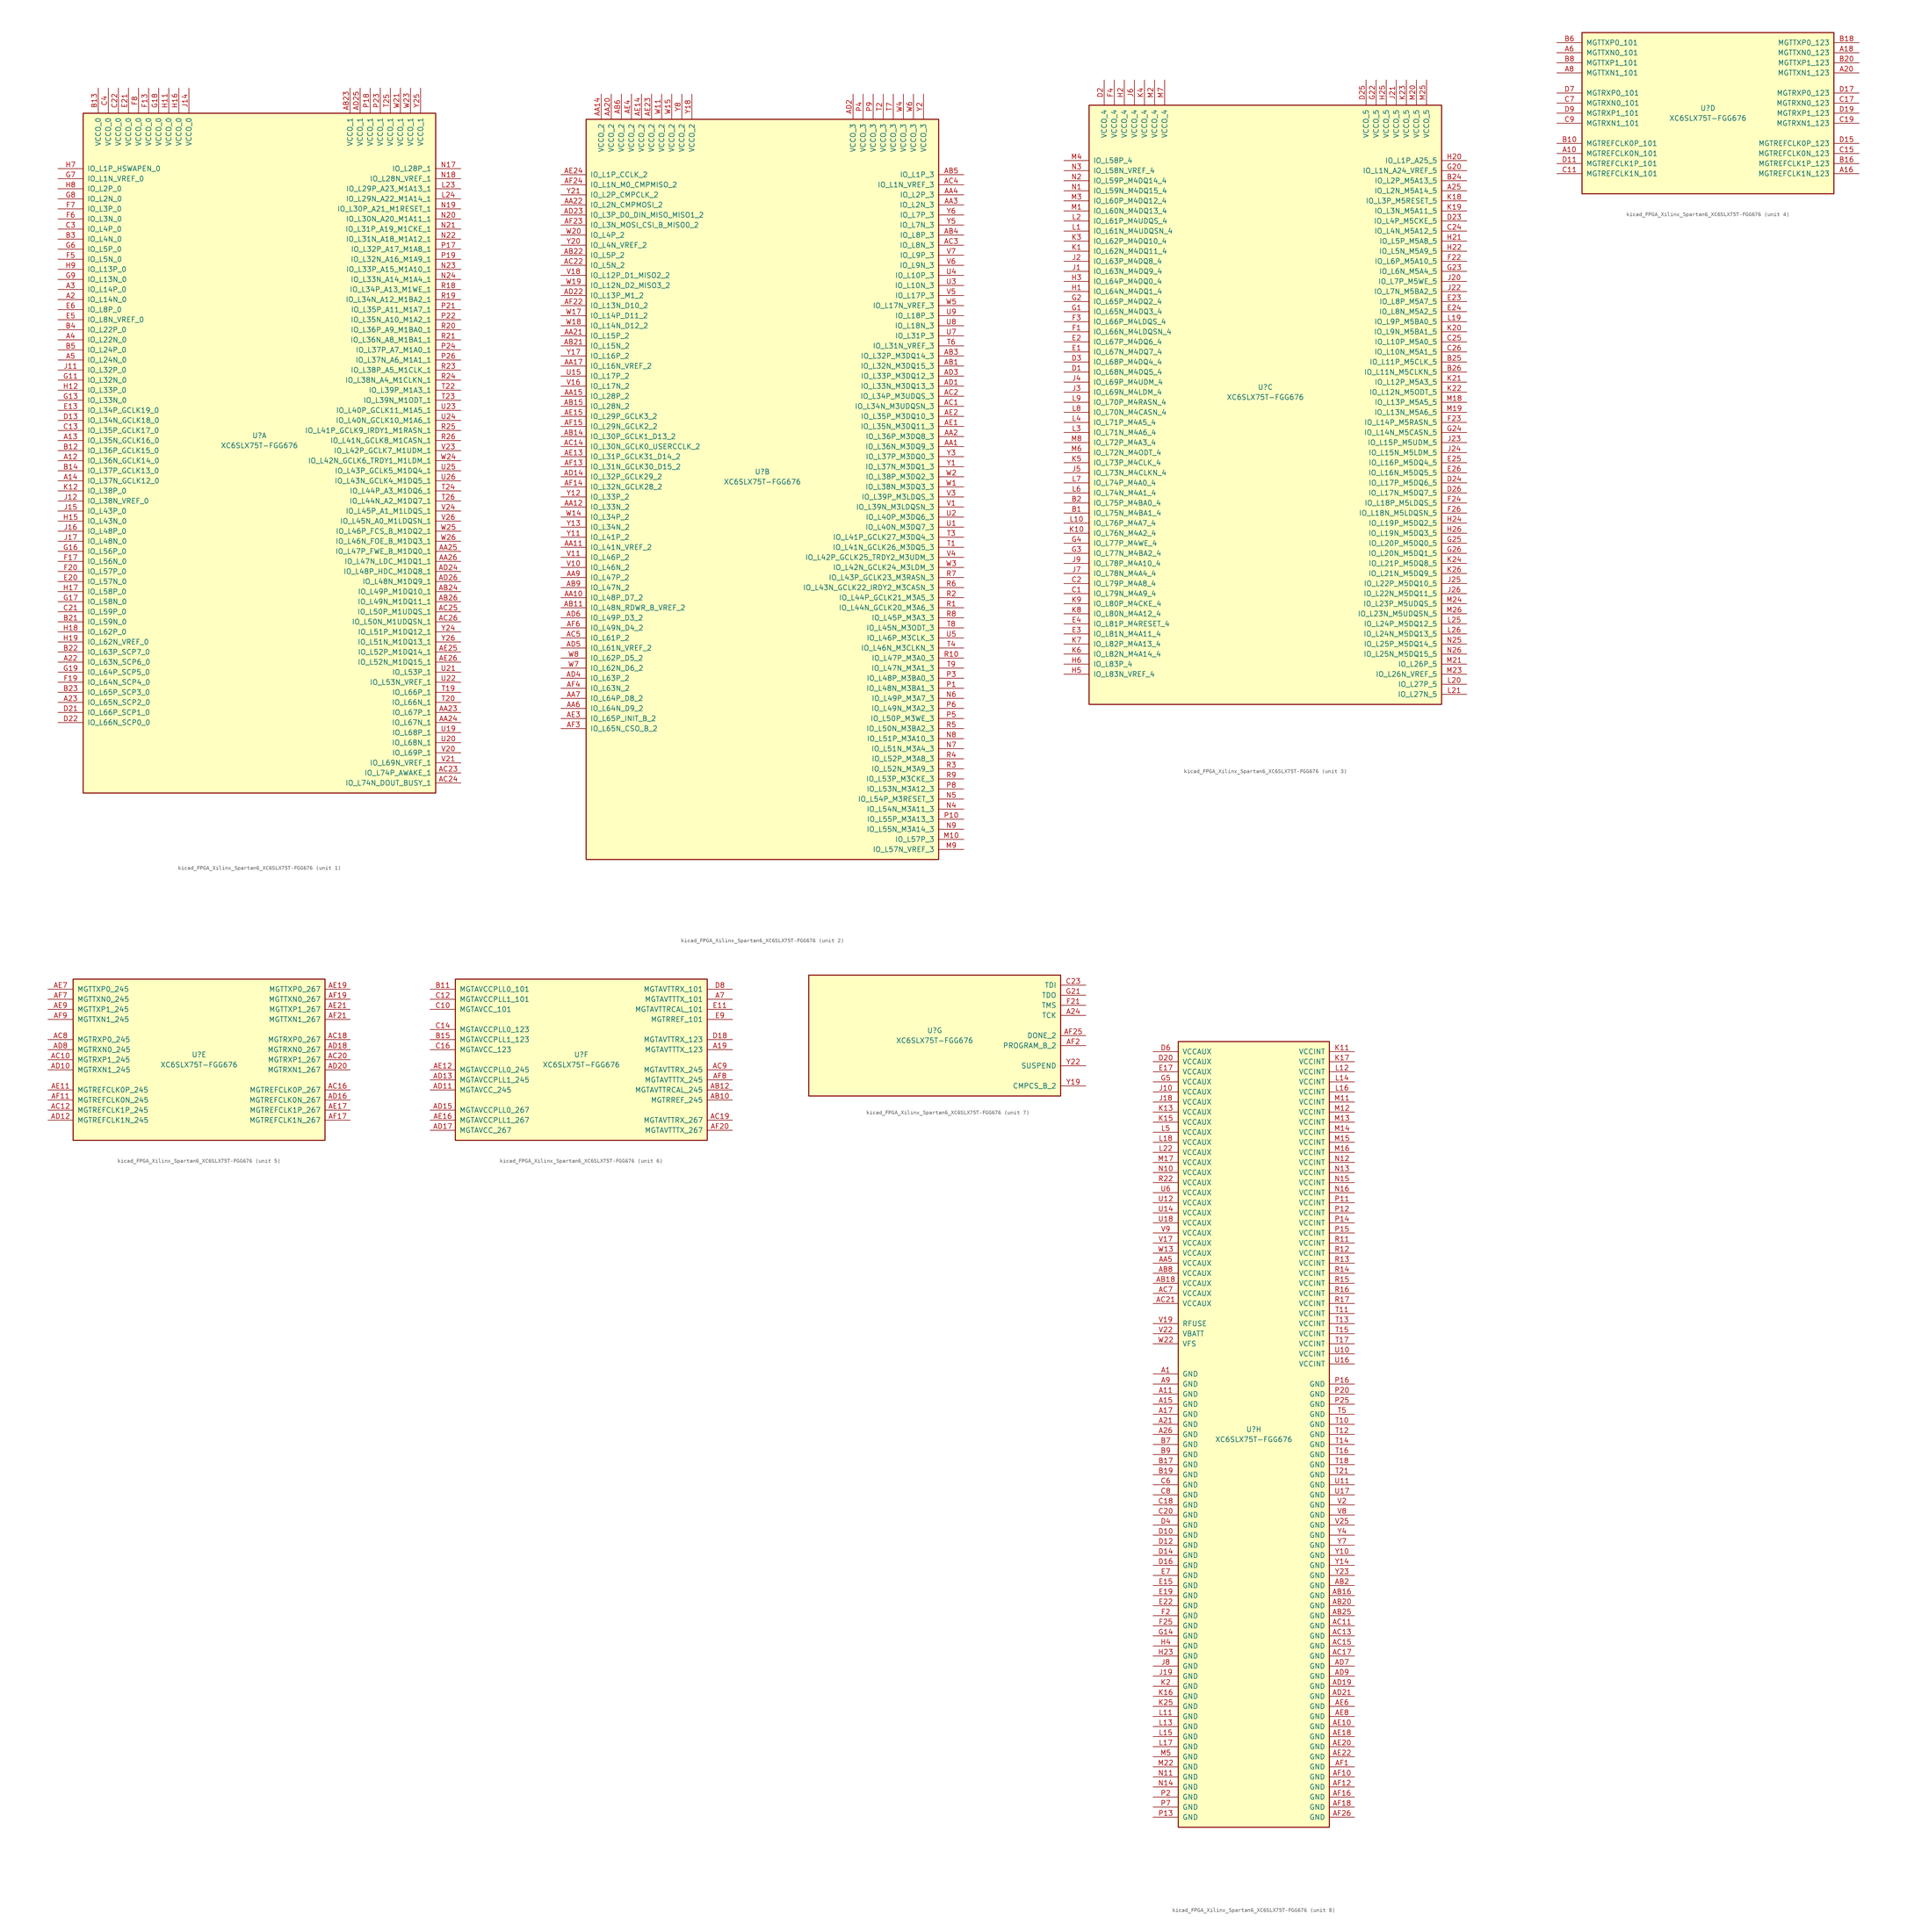
<source format=kicad_sym>
(kicad_symbol_lib
  (version 20220914)
  (generator kicad_symbol_editor)
  (symbol "kicad_FPGA_Xilinx_Spartan6_XC6SLX75T-FGG676"
    (pin_names
      (offset 1.016))
    (property "Reference" "U"
      (at 0 1.27 0)
      (effects (font (size 1.27 1.27))))
    (property "Value" "XC6SLX75T-FGG676"
      (at 0 -1.27 0)
      (effects (font (size 1.27 1.27))))
    (property "Datasheet" ""
      (at 0 0 0)
      (effects (font (size 1.27 1.27))))
    (property "ki_locked" ""
      (at 0 0 0)
      (effects (font (size 1.27 1.27))))
    (symbol "kicad_FPGA_Xilinx_Spartan6_XC6SLX75T-FGG676_1_1"
      (rectangle (start -44.45 82.55) (end 44.45 -88.9) (stroke (width 0.254) (type default)) (fill (type background)))
      (pin bidirectional line (at -50.8 -5.08 0) (length 6.35) (name "IO_L36N_GCLK14_0" (effects (font (size 1.27 1.27)))) (number "A12" (effects (font (size 1.27 1.27)))))
      (pin bidirectional line (at -50.8 0 0) (length 6.35) (name "IO_L35N_GCLK16_0" (effects (font (size 1.27 1.27)))) (number "A13" (effects (font (size 1.27 1.27)))))
      (pin bidirectional line (at -50.8 -10.16 0) (length 6.35) (name "IO_L37N_GCLK12_0" (effects (font (size 1.27 1.27)))) (number "A14" (effects (font (size 1.27 1.27)))))
      (pin bidirectional line (at -50.8 35.56 0) (length 6.35) (name "IO_L14N_0" (effects (font (size 1.27 1.27)))) (number "A2" (effects (font (size 1.27 1.27)))))
      (pin bidirectional line (at -50.8 -55.88 0) (length 6.35) (name "IO_L63N_SCP6_0" (effects (font (size 1.27 1.27)))) (number "A22" (effects (font (size 1.27 1.27)))))
      (pin bidirectional line (at -50.8 -66.04 0) (length 6.35) (name "IO_L65N_SCP2_0" (effects (font (size 1.27 1.27)))) (number "A23" (effects (font (size 1.27 1.27)))))
      (pin bidirectional line (at -50.8 38.1 0) (length 6.35) (name "IO_L14P_0" (effects (font (size 1.27 1.27)))) (number "A3" (effects (font (size 1.27 1.27)))))
      (pin bidirectional line (at -50.8 25.4 0) (length 6.35) (name "IO_L22N_0" (effects (font (size 1.27 1.27)))) (number "A4" (effects (font (size 1.27 1.27)))))
      (pin bidirectional line (at -50.8 20.32 0) (length 6.35) (name "IO_L24N_0" (effects (font (size 1.27 1.27)))) (number "A5" (effects (font (size 1.27 1.27)))))
      (pin bidirectional line (at 50.8 -68.58 180) (length 6.35) (name "IO_L67P_1" (effects (font (size 1.27 1.27)))) (number "AA23" (effects (font (size 1.27 1.27)))))
      (pin bidirectional line (at 50.8 -71.12 180) (length 6.35) (name "IO_L67N_1" (effects (font (size 1.27 1.27)))) (number "AA24" (effects (font (size 1.27 1.27)))))
      (pin bidirectional line (at 50.8 -27.94 180) (length 6.35) (name "IO_L47P_FWE_B_M1DQ0_1" (effects (font (size 1.27 1.27)))) (number "AA25" (effects (font (size 1.27 1.27)))))
      (pin bidirectional line (at 50.8 -30.48 180) (length 6.35) (name "IO_L47N_LDC_M1DQ1_1" (effects (font (size 1.27 1.27)))) (number "AA26" (effects (font (size 1.27 1.27)))))
      (pin power_in line (at 22.86 88.9 270) (length 6.35) (name "VCCO_1" (effects (font (size 1.27 1.27)))) (number "AB23" (effects (font (size 1.27 1.27)))))
      (pin bidirectional line (at 50.8 -38.1 180) (length 6.35) (name "IO_L49P_M1DQ10_1" (effects (font (size 1.27 1.27)))) (number "AB24" (effects (font (size 1.27 1.27)))))
      (pin bidirectional line (at 50.8 -40.64 180) (length 6.35) (name "IO_L49N_M1DQ11_1" (effects (font (size 1.27 1.27)))) (number "AB26" (effects (font (size 1.27 1.27)))))
      (pin bidirectional line (at 50.8 -83.82 180) (length 6.35) (name "IO_L74P_AWAKE_1" (effects (font (size 1.27 1.27)))) (number "AC23" (effects (font (size 1.27 1.27)))))
      (pin bidirectional line (at 50.8 -86.36 180) (length 6.35) (name "IO_L74N_DOUT_BUSY_1" (effects (font (size 1.27 1.27)))) (number "AC24" (effects (font (size 1.27 1.27)))))
      (pin bidirectional line (at 50.8 -43.18 180) (length 6.35) (name "IO_L50P_M1UDQS_1" (effects (font (size 1.27 1.27)))) (number "AC25" (effects (font (size 1.27 1.27)))))
      (pin bidirectional line (at 50.8 -45.72 180) (length 6.35) (name "IO_L50N_M1UDQSN_1" (effects (font (size 1.27 1.27)))) (number "AC26" (effects (font (size 1.27 1.27)))))
      (pin bidirectional line (at 50.8 -33.02 180) (length 6.35) (name "IO_L48P_HDC_M1DQ8_1" (effects (font (size 1.27 1.27)))) (number "AD24" (effects (font (size 1.27 1.27)))))
      (pin power_in line (at 25.4 88.9 270) (length 6.35) (name "VCCO_1" (effects (font (size 1.27 1.27)))) (number "AD25" (effects (font (size 1.27 1.27)))))
      (pin bidirectional line (at 50.8 -35.56 180) (length 6.35) (name "IO_L48N_M1DQ9_1" (effects (font (size 1.27 1.27)))) (number "AD26" (effects (font (size 1.27 1.27)))))
      (pin bidirectional line (at 50.8 -53.34 180) (length 6.35) (name "IO_L52P_M1DQ14_1" (effects (font (size 1.27 1.27)))) (number "AE25" (effects (font (size 1.27 1.27)))))
      (pin bidirectional line (at 50.8 -55.88 180) (length 6.35) (name "IO_L52N_M1DQ15_1" (effects (font (size 1.27 1.27)))) (number "AE26" (effects (font (size 1.27 1.27)))))
      (pin bidirectional line (at -50.8 -2.54 0) (length 6.35) (name "IO_L36P_GCLK15_0" (effects (font (size 1.27 1.27)))) (number "B12" (effects (font (size 1.27 1.27)))))
      (pin power_in line (at -40.64 88.9 270) (length 6.35) (name "VCCO_0" (effects (font (size 1.27 1.27)))) (number "B13" (effects (font (size 1.27 1.27)))))
      (pin bidirectional line (at -50.8 -7.62 0) (length 6.35) (name "IO_L37P_GCLK13_0" (effects (font (size 1.27 1.27)))) (number "B14" (effects (font (size 1.27 1.27)))))
      (pin bidirectional line (at -50.8 -45.72 0) (length 6.35) (name "IO_L59N_0" (effects (font (size 1.27 1.27)))) (number "B21" (effects (font (size 1.27 1.27)))))
      (pin bidirectional line (at -50.8 -53.34 0) (length 6.35) (name "IO_L63P_SCP7_0" (effects (font (size 1.27 1.27)))) (number "B22" (effects (font (size 1.27 1.27)))))
      (pin bidirectional line (at -50.8 -63.5 0) (length 6.35) (name "IO_L65P_SCP3_0" (effects (font (size 1.27 1.27)))) (number "B23" (effects (font (size 1.27 1.27)))))
      (pin bidirectional line (at -50.8 50.8 0) (length 6.35) (name "IO_L4N_0" (effects (font (size 1.27 1.27)))) (number "B3" (effects (font (size 1.27 1.27)))))
      (pin bidirectional line (at -50.8 27.94 0) (length 6.35) (name "IO_L22P_0" (effects (font (size 1.27 1.27)))) (number "B4" (effects (font (size 1.27 1.27)))))
      (pin bidirectional line (at -50.8 22.86 0) (length 6.35) (name "IO_L24P_0" (effects (font (size 1.27 1.27)))) (number "B5" (effects (font (size 1.27 1.27)))))
      (pin bidirectional line (at -50.8 2.54 0) (length 6.35) (name "IO_L35P_GCLK17_0" (effects (font (size 1.27 1.27)))) (number "C13" (effects (font (size 1.27 1.27)))))
      (pin bidirectional line (at -50.8 -43.18 0) (length 6.35) (name "IO_L59P_0" (effects (font (size 1.27 1.27)))) (number "C21" (effects (font (size 1.27 1.27)))))
      (pin power_in line (at -35.56 88.9 270) (length 6.35) (name "VCCO_0" (effects (font (size 1.27 1.27)))) (number "C22" (effects (font (size 1.27 1.27)))))
      (pin bidirectional line (at -50.8 53.34 0) (length 6.35) (name "IO_L4P_0" (effects (font (size 1.27 1.27)))) (number "C3" (effects (font (size 1.27 1.27)))))
      (pin power_in line (at -38.1 88.9 270) (length 6.35) (name "VCCO_0" (effects (font (size 1.27 1.27)))) (number "C4" (effects (font (size 1.27 1.27)))))
      (pin bidirectional line (at -50.8 5.08 0) (length 6.35) (name "IO_L34N_GCLK18_0" (effects (font (size 1.27 1.27)))) (number "D13" (effects (font (size 1.27 1.27)))))
      (pin bidirectional line (at -50.8 -68.58 0) (length 6.35) (name "IO_L66P_SCP1_0" (effects (font (size 1.27 1.27)))) (number "D21" (effects (font (size 1.27 1.27)))))
      (pin bidirectional line (at -50.8 -71.12 0) (length 6.35) (name "IO_L66N_SCP0_0" (effects (font (size 1.27 1.27)))) (number "D22" (effects (font (size 1.27 1.27)))))
      (pin bidirectional line (at -50.8 7.62 0) (length 6.35) (name "IO_L34P_GCLK19_0" (effects (font (size 1.27 1.27)))) (number "E13" (effects (font (size 1.27 1.27)))))
      (pin bidirectional line (at -50.8 -35.56 0) (length 6.35) (name "IO_L57N_0" (effects (font (size 1.27 1.27)))) (number "E20" (effects (font (size 1.27 1.27)))))
      (pin power_in line (at -33.02 88.9 270) (length 6.35) (name "VCCO_0" (effects (font (size 1.27 1.27)))) (number "E21" (effects (font (size 1.27 1.27)))))
      (pin bidirectional line (at -50.8 30.48 0) (length 6.35) (name "IO_L8N_VREF_0" (effects (font (size 1.27 1.27)))) (number "E5" (effects (font (size 1.27 1.27)))))
      (pin bidirectional line (at -50.8 33.02 0) (length 6.35) (name "IO_L8P_0" (effects (font (size 1.27 1.27)))) (number "E6" (effects (font (size 1.27 1.27)))))
      (pin power_in line (at -27.94 88.9 270) (length 6.35) (name "VCCO_0" (effects (font (size 1.27 1.27)))) (number "F13" (effects (font (size 1.27 1.27)))))
      (pin bidirectional line (at -50.8 -30.48 0) (length 6.35) (name "IO_L56N_0" (effects (font (size 1.27 1.27)))) (number "F17" (effects (font (size 1.27 1.27)))))
      (pin bidirectional line (at -50.8 -60.96 0) (length 6.35) (name "IO_L64N_SCP4_0" (effects (font (size 1.27 1.27)))) (number "F19" (effects (font (size 1.27 1.27)))))
      (pin bidirectional line (at -50.8 -33.02 0) (length 6.35) (name "IO_L57P_0" (effects (font (size 1.27 1.27)))) (number "F20" (effects (font (size 1.27 1.27)))))
      (pin bidirectional line (at -50.8 45.72 0) (length 6.35) (name "IO_L5N_0" (effects (font (size 1.27 1.27)))) (number "F5" (effects (font (size 1.27 1.27)))))
      (pin bidirectional line (at -50.8 55.88 0) (length 6.35) (name "IO_L3N_0" (effects (font (size 1.27 1.27)))) (number "F6" (effects (font (size 1.27 1.27)))))
      (pin bidirectional line (at -50.8 58.42 0) (length 6.35) (name "IO_L3P_0" (effects (font (size 1.27 1.27)))) (number "F7" (effects (font (size 1.27 1.27)))))
      (pin power_in line (at -30.48 88.9 270) (length 6.35) (name "VCCO_0" (effects (font (size 1.27 1.27)))) (number "F8" (effects (font (size 1.27 1.27)))))
      (pin bidirectional line (at -50.8 15.24 0) (length 6.35) (name "IO_L32N_0" (effects (font (size 1.27 1.27)))) (number "G11" (effects (font (size 1.27 1.27)))))
      (pin bidirectional line (at -50.8 10.16 0) (length 6.35) (name "IO_L33N_0" (effects (font (size 1.27 1.27)))) (number "G13" (effects (font (size 1.27 1.27)))))
      (pin bidirectional line (at -50.8 -27.94 0) (length 6.35) (name "IO_L56P_0" (effects (font (size 1.27 1.27)))) (number "G16" (effects (font (size 1.27 1.27)))))
      (pin bidirectional line (at -50.8 -40.64 0) (length 6.35) (name "IO_L58N_0" (effects (font (size 1.27 1.27)))) (number "G17" (effects (font (size 1.27 1.27)))))
      (pin power_in line (at -25.4 88.9 270) (length 6.35) (name "VCCO_0" (effects (font (size 1.27 1.27)))) (number "G18" (effects (font (size 1.27 1.27)))))
      (pin bidirectional line (at -50.8 -58.42 0) (length 6.35) (name "IO_L64P_SCP5_0" (effects (font (size 1.27 1.27)))) (number "G19" (effects (font (size 1.27 1.27)))))
      (pin bidirectional line (at -50.8 48.26 0) (length 6.35) (name "IO_L5P_0" (effects (font (size 1.27 1.27)))) (number "G6" (effects (font (size 1.27 1.27)))))
      (pin bidirectional line (at -50.8 66.04 0) (length 6.35) (name "IO_L1N_VREF_0" (effects (font (size 1.27 1.27)))) (number "G7" (effects (font (size 1.27 1.27)))))
      (pin bidirectional line (at -50.8 60.96 0) (length 6.35) (name "IO_L2N_0" (effects (font (size 1.27 1.27)))) (number "G8" (effects (font (size 1.27 1.27)))))
      (pin bidirectional line (at -50.8 40.64 0) (length 6.35) (name "IO_L13N_0" (effects (font (size 1.27 1.27)))) (number "G9" (effects (font (size 1.27 1.27)))))
      (pin power_in line (at -22.86 88.9 270) (length 6.35) (name "VCCO_0" (effects (font (size 1.27 1.27)))) (number "H11" (effects (font (size 1.27 1.27)))))
      (pin bidirectional line (at -50.8 12.7 0) (length 6.35) (name "IO_L33P_0" (effects (font (size 1.27 1.27)))) (number "H12" (effects (font (size 1.27 1.27)))))
      (pin bidirectional line (at -50.8 -20.32 0) (length 6.35) (name "IO_L43N_0" (effects (font (size 1.27 1.27)))) (number "H15" (effects (font (size 1.27 1.27)))))
      (pin power_in line (at -20.32 88.9 270) (length 6.35) (name "VCCO_0" (effects (font (size 1.27 1.27)))) (number "H16" (effects (font (size 1.27 1.27)))))
      (pin bidirectional line (at -50.8 -38.1 0) (length 6.35) (name "IO_L58P_0" (effects (font (size 1.27 1.27)))) (number "H17" (effects (font (size 1.27 1.27)))))
      (pin bidirectional line (at -50.8 -48.26 0) (length 6.35) (name "IO_L62P_0" (effects (font (size 1.27 1.27)))) (number "H18" (effects (font (size 1.27 1.27)))))
      (pin bidirectional line (at -50.8 -50.8 0) (length 6.35) (name "IO_L62N_VREF_0" (effects (font (size 1.27 1.27)))) (number "H19" (effects (font (size 1.27 1.27)))))
      (pin bidirectional line (at -50.8 68.58 0) (length 6.35) (name "IO_L1P_HSWAPEN_0" (effects (font (size 1.27 1.27)))) (number "H7" (effects (font (size 1.27 1.27)))))
      (pin bidirectional line (at -50.8 63.5 0) (length 6.35) (name "IO_L2P_0" (effects (font (size 1.27 1.27)))) (number "H8" (effects (font (size 1.27 1.27)))))
      (pin bidirectional line (at -50.8 43.18 0) (length 6.35) (name "IO_L13P_0" (effects (font (size 1.27 1.27)))) (number "H9" (effects (font (size 1.27 1.27)))))
      (pin bidirectional line (at -50.8 17.78 0) (length 6.35) (name "IO_L32P_0" (effects (font (size 1.27 1.27)))) (number "J11" (effects (font (size 1.27 1.27)))))
      (pin bidirectional line (at -50.8 -15.24 0) (length 6.35) (name "IO_L38N_VREF_0" (effects (font (size 1.27 1.27)))) (number "J12" (effects (font (size 1.27 1.27)))))
      (pin power_in line (at -17.78 88.9 270) (length 6.35) (name "VCCO_0" (effects (font (size 1.27 1.27)))) (number "J14" (effects (font (size 1.27 1.27)))))
      (pin bidirectional line (at -50.8 -17.78 0) (length 6.35) (name "IO_L43P_0" (effects (font (size 1.27 1.27)))) (number "J15" (effects (font (size 1.27 1.27)))))
      (pin bidirectional line (at -50.8 -22.86 0) (length 6.35) (name "IO_L48P_0" (effects (font (size 1.27 1.27)))) (number "J16" (effects (font (size 1.27 1.27)))))
      (pin bidirectional line (at -50.8 -25.4 0) (length 6.35) (name "IO_L48N_0" (effects (font (size 1.27 1.27)))) (number "J17" (effects (font (size 1.27 1.27)))))
      (pin bidirectional line (at -50.8 -12.7 0) (length 6.35) (name "IO_L38P_0" (effects (font (size 1.27 1.27)))) (number "K12" (effects (font (size 1.27 1.27)))))
      (pin bidirectional line (at 50.8 63.5 180) (length 6.35) (name "IO_L29P_A23_M1A13_1" (effects (font (size 1.27 1.27)))) (number "L23" (effects (font (size 1.27 1.27)))))
      (pin bidirectional line (at 50.8 60.96 180) (length 6.35) (name "IO_L29N_A22_M1A14_1" (effects (font (size 1.27 1.27)))) (number "L24" (effects (font (size 1.27 1.27)))))
      (pin bidirectional line (at 50.8 68.58 180) (length 6.35) (name "IO_L28P_1" (effects (font (size 1.27 1.27)))) (number "N17" (effects (font (size 1.27 1.27)))))
      (pin bidirectional line (at 50.8 66.04 180) (length 6.35) (name "IO_L28N_VREF_1" (effects (font (size 1.27 1.27)))) (number "N18" (effects (font (size 1.27 1.27)))))
      (pin bidirectional line (at 50.8 58.42 180) (length 6.35) (name "IO_L30P_A21_M1RESET_1" (effects (font (size 1.27 1.27)))) (number "N19" (effects (font (size 1.27 1.27)))))
      (pin bidirectional line (at 50.8 55.88 180) (length 6.35) (name "IO_L30N_A20_M1A11_1" (effects (font (size 1.27 1.27)))) (number "N20" (effects (font (size 1.27 1.27)))))
      (pin bidirectional line (at 50.8 53.34 180) (length 6.35) (name "IO_L31P_A19_M1CKE_1" (effects (font (size 1.27 1.27)))) (number "N21" (effects (font (size 1.27 1.27)))))
      (pin bidirectional line (at 50.8 50.8 180) (length 6.35) (name "IO_L31N_A18_M1A12_1" (effects (font (size 1.27 1.27)))) (number "N22" (effects (font (size 1.27 1.27)))))
      (pin bidirectional line (at 50.8 43.18 180) (length 6.35) (name "IO_L33P_A15_M1A10_1" (effects (font (size 1.27 1.27)))) (number "N23" (effects (font (size 1.27 1.27)))))
      (pin bidirectional line (at 50.8 40.64 180) (length 6.35) (name "IO_L33N_A14_M1A4_1" (effects (font (size 1.27 1.27)))) (number "N24" (effects (font (size 1.27 1.27)))))
      (pin bidirectional line (at 50.8 48.26 180) (length 6.35) (name "IO_L32P_A17_M1A8_1" (effects (font (size 1.27 1.27)))) (number "P17" (effects (font (size 1.27 1.27)))))
      (pin power_in line (at 27.94 88.9 270) (length 6.35) (name "VCCO_1" (effects (font (size 1.27 1.27)))) (number "P18" (effects (font (size 1.27 1.27)))))
      (pin bidirectional line (at 50.8 45.72 180) (length 6.35) (name "IO_L32N_A16_M1A9_1" (effects (font (size 1.27 1.27)))) (number "P19" (effects (font (size 1.27 1.27)))))
      (pin bidirectional line (at 50.8 33.02 180) (length 6.35) (name "IO_L35P_A11_M1A7_1" (effects (font (size 1.27 1.27)))) (number "P21" (effects (font (size 1.27 1.27)))))
      (pin bidirectional line (at 50.8 30.48 180) (length 6.35) (name "IO_L35N_A10_M1A2_1" (effects (font (size 1.27 1.27)))) (number "P22" (effects (font (size 1.27 1.27)))))
      (pin power_in line (at 30.48 88.9 270) (length 6.35) (name "VCCO_1" (effects (font (size 1.27 1.27)))) (number "P23" (effects (font (size 1.27 1.27)))))
      (pin bidirectional line (at 50.8 22.86 180) (length 6.35) (name "IO_L37P_A7_M1A0_1" (effects (font (size 1.27 1.27)))) (number "P24" (effects (font (size 1.27 1.27)))))
      (pin bidirectional line (at 50.8 20.32 180) (length 6.35) (name "IO_L37N_A6_M1A1_1" (effects (font (size 1.27 1.27)))) (number "P26" (effects (font (size 1.27 1.27)))))
      (pin bidirectional line (at 50.8 38.1 180) (length 6.35) (name "IO_L34P_A13_M1WE_1" (effects (font (size 1.27 1.27)))) (number "R18" (effects (font (size 1.27 1.27)))))
      (pin bidirectional line (at 50.8 35.56 180) (length 6.35) (name "IO_L34N_A12_M1BA2_1" (effects (font (size 1.27 1.27)))) (number "R19" (effects (font (size 1.27 1.27)))))
      (pin bidirectional line (at 50.8 27.94 180) (length 6.35) (name "IO_L36P_A9_M1BA0_1" (effects (font (size 1.27 1.27)))) (number "R20" (effects (font (size 1.27 1.27)))))
      (pin bidirectional line (at 50.8 25.4 180) (length 6.35) (name "IO_L36N_A8_M1BA1_1" (effects (font (size 1.27 1.27)))) (number "R21" (effects (font (size 1.27 1.27)))))
      (pin bidirectional line (at 50.8 17.78 180) (length 6.35) (name "IO_L38P_A5_M1CLK_1" (effects (font (size 1.27 1.27)))) (number "R23" (effects (font (size 1.27 1.27)))))
      (pin bidirectional line (at 50.8 15.24 180) (length 6.35) (name "IO_L38N_A4_M1CLKN_1" (effects (font (size 1.27 1.27)))) (number "R24" (effects (font (size 1.27 1.27)))))
      (pin bidirectional line (at 50.8 2.54 180) (length 6.35) (name "IO_L41P_GCLK9_IRDY1_M1RASN_1" (effects (font (size 1.27 1.27)))) (number "R25" (effects (font (size 1.27 1.27)))))
      (pin bidirectional line (at 50.8 0 180) (length 6.35) (name "IO_L41N_GCLK8_M1CASN_1" (effects (font (size 1.27 1.27)))) (number "R26" (effects (font (size 1.27 1.27)))))
      (pin bidirectional line (at 50.8 -63.5 180) (length 6.35) (name "IO_L66P_1" (effects (font (size 1.27 1.27)))) (number "T19" (effects (font (size 1.27 1.27)))))
      (pin bidirectional line (at 50.8 -66.04 180) (length 6.35) (name "IO_L66N_1" (effects (font (size 1.27 1.27)))) (number "T20" (effects (font (size 1.27 1.27)))))
      (pin bidirectional line (at 50.8 12.7 180) (length 6.35) (name "IO_L39P_M1A3_1" (effects (font (size 1.27 1.27)))) (number "T22" (effects (font (size 1.27 1.27)))))
      (pin bidirectional line (at 50.8 10.16 180) (length 6.35) (name "IO_L39N_M1ODT_1" (effects (font (size 1.27 1.27)))) (number "T23" (effects (font (size 1.27 1.27)))))
      (pin bidirectional line (at 50.8 -12.7 180) (length 6.35) (name "IO_L44P_A3_M1DQ6_1" (effects (font (size 1.27 1.27)))) (number "T24" (effects (font (size 1.27 1.27)))))
      (pin power_in line (at 33.02 88.9 270) (length 6.35) (name "VCCO_1" (effects (font (size 1.27 1.27)))) (number "T25" (effects (font (size 1.27 1.27)))))
      (pin bidirectional line (at 50.8 -15.24 180) (length 6.35) (name "IO_L44N_A2_M1DQ7_1" (effects (font (size 1.27 1.27)))) (number "T26" (effects (font (size 1.27 1.27)))))
      (pin bidirectional line (at 50.8 -73.66 180) (length 6.35) (name "IO_L68P_1" (effects (font (size 1.27 1.27)))) (number "U19" (effects (font (size 1.27 1.27)))))
      (pin bidirectional line (at 50.8 -76.2 180) (length 6.35) (name "IO_L68N_1" (effects (font (size 1.27 1.27)))) (number "U20" (effects (font (size 1.27 1.27)))))
      (pin bidirectional line (at 50.8 -58.42 180) (length 6.35) (name "IO_L53P_1" (effects (font (size 1.27 1.27)))) (number "U21" (effects (font (size 1.27 1.27)))))
      (pin bidirectional line (at 50.8 -60.96 180) (length 6.35) (name "IO_L53N_VREF_1" (effects (font (size 1.27 1.27)))) (number "U22" (effects (font (size 1.27 1.27)))))
      (pin bidirectional line (at 50.8 7.62 180) (length 6.35) (name "IO_L40P_GCLK11_M1A5_1" (effects (font (size 1.27 1.27)))) (number "U23" (effects (font (size 1.27 1.27)))))
      (pin bidirectional line (at 50.8 5.08 180) (length 6.35) (name "IO_L40N_GCLK10_M1A6_1" (effects (font (size 1.27 1.27)))) (number "U24" (effects (font (size 1.27 1.27)))))
      (pin bidirectional line (at 50.8 -7.62 180) (length 6.35) (name "IO_L43P_GCLK5_M1DQ4_1" (effects (font (size 1.27 1.27)))) (number "U25" (effects (font (size 1.27 1.27)))))
      (pin bidirectional line (at 50.8 -10.16 180) (length 6.35) (name "IO_L43N_GCLK4_M1DQ5_1" (effects (font (size 1.27 1.27)))) (number "U26" (effects (font (size 1.27 1.27)))))
      (pin bidirectional line (at 50.8 -78.74 180) (length 6.35) (name "IO_L69P_1" (effects (font (size 1.27 1.27)))) (number "V20" (effects (font (size 1.27 1.27)))))
      (pin bidirectional line (at 50.8 -81.28 180) (length 6.35) (name "IO_L69N_VREF_1" (effects (font (size 1.27 1.27)))) (number "V21" (effects (font (size 1.27 1.27)))))
      (pin bidirectional line (at 50.8 -2.54 180) (length 6.35) (name "IO_L42P_GCLK7_M1UDM_1" (effects (font (size 1.27 1.27)))) (number "V23" (effects (font (size 1.27 1.27)))))
      (pin bidirectional line (at 50.8 -17.78 180) (length 6.35) (name "IO_L45P_A1_M1LDQS_1" (effects (font (size 1.27 1.27)))) (number "V24" (effects (font (size 1.27 1.27)))))
      (pin bidirectional line (at 50.8 -20.32 180) (length 6.35) (name "IO_L45N_A0_M1LDQSN_1" (effects (font (size 1.27 1.27)))) (number "V26" (effects (font (size 1.27 1.27)))))
      (pin power_in line (at 35.56 88.9 270) (length 6.35) (name "VCCO_1" (effects (font (size 1.27 1.27)))) (number "W21" (effects (font (size 1.27 1.27)))))
      (pin power_in line (at 38.1 88.9 270) (length 6.35) (name "VCCO_1" (effects (font (size 1.27 1.27)))) (number "W23" (effects (font (size 1.27 1.27)))))
      (pin bidirectional line (at 50.8 -5.08 180) (length 6.35) (name "IO_L42N_GCLK6_TRDY1_M1LDM_1" (effects (font (size 1.27 1.27)))) (number "W24" (effects (font (size 1.27 1.27)))))
      (pin bidirectional line (at 50.8 -22.86 180) (length 6.35) (name "IO_L46P_FCS_B_M1DQ2_1" (effects (font (size 1.27 1.27)))) (number "W25" (effects (font (size 1.27 1.27)))))
      (pin bidirectional line (at 50.8 -25.4 180) (length 6.35) (name "IO_L46N_FOE_B_M1DQ3_1" (effects (font (size 1.27 1.27)))) (number "W26" (effects (font (size 1.27 1.27)))))
      (pin bidirectional line (at 50.8 -48.26 180) (length 6.35) (name "IO_L51P_M1DQ12_1" (effects (font (size 1.27 1.27)))) (number "Y24" (effects (font (size 1.27 1.27)))))
      (pin power_in line (at 40.64 88.9 270) (length 6.35) (name "VCCO_1" (effects (font (size 1.27 1.27)))) (number "Y25" (effects (font (size 1.27 1.27)))))
      (pin bidirectional line (at 50.8 -50.8 180) (length 6.35) (name "IO_L51N_M1DQ13_1" (effects (font (size 1.27 1.27)))) (number "Y26" (effects (font (size 1.27 1.27))))))
    (symbol "kicad_FPGA_Xilinx_Spartan6_XC6SLX75T-FGG676_2_1"
      (rectangle (start -44.45 90.17) (end 44.45 -96.52) (stroke (width 0.254) (type default)) (fill (type background)))
      (pin bidirectional line (at 50.8 7.62 180) (length 6.35) (name "IO_L36N_M3DQ9_3" (effects (font (size 1.27 1.27)))) (number "AA1" (effects (font (size 1.27 1.27)))))
      (pin bidirectional line (at -50.8 -30.48 0) (length 6.35) (name "IO_L48P_D7_2" (effects (font (size 1.27 1.27)))) (number "AA10" (effects (font (size 1.27 1.27)))))
      (pin bidirectional line (at -50.8 -17.78 0) (length 6.35) (name "IO_L41N_VREF_2" (effects (font (size 1.27 1.27)))) (number "AA11" (effects (font (size 1.27 1.27)))))
      (pin bidirectional line (at -50.8 -7.62 0) (length 6.35) (name "IO_L33N_2" (effects (font (size 1.27 1.27)))) (number "AA12" (effects (font (size 1.27 1.27)))))
      (pin power_in line (at -40.64 96.52 270) (length 6.35) (name "VCCO_2" (effects (font (size 1.27 1.27)))) (number "AA14" (effects (font (size 1.27 1.27)))))
      (pin bidirectional line (at -50.8 20.32 0) (length 6.35) (name "IO_L28P_2" (effects (font (size 1.27 1.27)))) (number "AA15" (effects (font (size 1.27 1.27)))))
      (pin bidirectional line (at -50.8 27.94 0) (length 6.35) (name "IO_L16N_VREF_2" (effects (font (size 1.27 1.27)))) (number "AA17" (effects (font (size 1.27 1.27)))))
      (pin bidirectional line (at 50.8 10.16 180) (length 6.35) (name "IO_L36P_M3DQ8_3" (effects (font (size 1.27 1.27)))) (number "AA2" (effects (font (size 1.27 1.27)))))
      (pin power_in line (at -38.1 96.52 270) (length 6.35) (name "VCCO_2" (effects (font (size 1.27 1.27)))) (number "AA20" (effects (font (size 1.27 1.27)))))
      (pin bidirectional line (at -50.8 35.56 0) (length 6.35) (name "IO_L15P_2" (effects (font (size 1.27 1.27)))) (number "AA21" (effects (font (size 1.27 1.27)))))
      (pin bidirectional line (at -50.8 68.58 0) (length 6.35) (name "IO_L2N_CMPMOSI_2" (effects (font (size 1.27 1.27)))) (number "AA22" (effects (font (size 1.27 1.27)))))
      (pin bidirectional line (at 50.8 68.58 180) (length 6.35) (name "IO_L2N_3" (effects (font (size 1.27 1.27)))) (number "AA3" (effects (font (size 1.27 1.27)))))
      (pin bidirectional line (at 50.8 71.12 180) (length 6.35) (name "IO_L2P_3" (effects (font (size 1.27 1.27)))) (number "AA4" (effects (font (size 1.27 1.27)))))
      (pin bidirectional line (at -50.8 -58.42 0) (length 6.35) (name "IO_L64N_D9_2" (effects (font (size 1.27 1.27)))) (number "AA6" (effects (font (size 1.27 1.27)))))
      (pin bidirectional line (at -50.8 -55.88 0) (length 6.35) (name "IO_L64P_D8_2" (effects (font (size 1.27 1.27)))) (number "AA7" (effects (font (size 1.27 1.27)))))
      (pin bidirectional line (at -50.8 -25.4 0) (length 6.35) (name "IO_L47P_2" (effects (font (size 1.27 1.27)))) (number "AA9" (effects (font (size 1.27 1.27)))))
      (pin bidirectional line (at 50.8 27.94 180) (length 6.35) (name "IO_L32N_M3DQ15_3" (effects (font (size 1.27 1.27)))) (number "AB1" (effects (font (size 1.27 1.27)))))
      (pin bidirectional line (at -50.8 -33.02 0) (length 6.35) (name "IO_L48N_RDWR_B_VREF_2" (effects (font (size 1.27 1.27)))) (number "AB11" (effects (font (size 1.27 1.27)))))
      (pin bidirectional line (at -50.8 10.16 0) (length 6.35) (name "IO_L30P_GCLK1_D13_2" (effects (font (size 1.27 1.27)))) (number "AB14" (effects (font (size 1.27 1.27)))))
      (pin bidirectional line (at -50.8 17.78 0) (length 6.35) (name "IO_L28N_2" (effects (font (size 1.27 1.27)))) (number "AB15" (effects (font (size 1.27 1.27)))))
      (pin bidirectional line (at -50.8 33.02 0) (length 6.35) (name "IO_L15N_2" (effects (font (size 1.27 1.27)))) (number "AB21" (effects (font (size 1.27 1.27)))))
      (pin bidirectional line (at -50.8 55.88 0) (length 6.35) (name "IO_L5P_2" (effects (font (size 1.27 1.27)))) (number "AB22" (effects (font (size 1.27 1.27)))))
      (pin bidirectional line (at 50.8 30.48 180) (length 6.35) (name "IO_L32P_M3DQ14_3" (effects (font (size 1.27 1.27)))) (number "AB3" (effects (font (size 1.27 1.27)))))
      (pin bidirectional line (at 50.8 60.96 180) (length 6.35) (name "IO_L8P_3" (effects (font (size 1.27 1.27)))) (number "AB4" (effects (font (size 1.27 1.27)))))
      (pin bidirectional line (at 50.8 76.2 180) (length 6.35) (name "IO_L1P_3" (effects (font (size 1.27 1.27)))) (number "AB5" (effects (font (size 1.27 1.27)))))
      (pin power_in line (at -35.56 96.52 270) (length 6.35) (name "VCCO_2" (effects (font (size 1.27 1.27)))) (number "AB6" (effects (font (size 1.27 1.27)))))
      (pin bidirectional line (at -50.8 -27.94 0) (length 6.35) (name "IO_L47N_2" (effects (font (size 1.27 1.27)))) (number "AB9" (effects (font (size 1.27 1.27)))))
      (pin bidirectional line (at 50.8 17.78 180) (length 6.35) (name "IO_L34N_M3UDQSN_3" (effects (font (size 1.27 1.27)))) (number "AC1" (effects (font (size 1.27 1.27)))))
      (pin bidirectional line (at -50.8 7.62 0) (length 6.35) (name "IO_L30N_GCLK0_USERCCLK_2" (effects (font (size 1.27 1.27)))) (number "AC14" (effects (font (size 1.27 1.27)))))
      (pin bidirectional line (at 50.8 20.32 180) (length 6.35) (name "IO_L34P_M3UDQS_3" (effects (font (size 1.27 1.27)))) (number "AC2" (effects (font (size 1.27 1.27)))))
      (pin bidirectional line (at -50.8 53.34 0) (length 6.35) (name "IO_L5N_2" (effects (font (size 1.27 1.27)))) (number "AC22" (effects (font (size 1.27 1.27)))))
      (pin bidirectional line (at 50.8 58.42 180) (length 6.35) (name "IO_L8N_3" (effects (font (size 1.27 1.27)))) (number "AC3" (effects (font (size 1.27 1.27)))))
      (pin bidirectional line (at 50.8 73.66 180) (length 6.35) (name "IO_L1N_VREF_3" (effects (font (size 1.27 1.27)))) (number "AC4" (effects (font (size 1.27 1.27)))))
      (pin bidirectional line (at -50.8 -40.64 0) (length 6.35) (name "IO_L61P_2" (effects (font (size 1.27 1.27)))) (number "AC5" (effects (font (size 1.27 1.27)))))
      (pin bidirectional line (at 50.8 22.86 180) (length 6.35) (name "IO_L33N_M3DQ13_3" (effects (font (size 1.27 1.27)))) (number "AD1" (effects (font (size 1.27 1.27)))))
      (pin bidirectional line (at -50.8 0 0) (length 6.35) (name "IO_L32P_GCLK29_2" (effects (font (size 1.27 1.27)))) (number "AD14" (effects (font (size 1.27 1.27)))))
      (pin power_in line (at 22.86 96.52 270) (length 6.35) (name "VCCO_3" (effects (font (size 1.27 1.27)))) (number "AD2" (effects (font (size 1.27 1.27)))))
      (pin bidirectional line (at -50.8 45.72 0) (length 6.35) (name "IO_L13P_M1_2" (effects (font (size 1.27 1.27)))) (number "AD22" (effects (font (size 1.27 1.27)))))
      (pin bidirectional line (at -50.8 66.04 0) (length 6.35) (name "IO_L3P_D0_DIN_MISO_MISO1_2" (effects (font (size 1.27 1.27)))) (number "AD23" (effects (font (size 1.27 1.27)))))
      (pin bidirectional line (at 50.8 25.4 180) (length 6.35) (name "IO_L33P_M3DQ12_3" (effects (font (size 1.27 1.27)))) (number "AD3" (effects (font (size 1.27 1.27)))))
      (pin bidirectional line (at -50.8 -50.8 0) (length 6.35) (name "IO_L63P_2" (effects (font (size 1.27 1.27)))) (number "AD4" (effects (font (size 1.27 1.27)))))
      (pin bidirectional line (at -50.8 -43.18 0) (length 6.35) (name "IO_L61N_VREF_2" (effects (font (size 1.27 1.27)))) (number "AD5" (effects (font (size 1.27 1.27)))))
      (pin bidirectional line (at -50.8 -35.56 0) (length 6.35) (name "IO_L49P_D3_2" (effects (font (size 1.27 1.27)))) (number "AD6" (effects (font (size 1.27 1.27)))))
      (pin bidirectional line (at 50.8 12.7 180) (length 6.35) (name "IO_L35N_M3DQ11_3" (effects (font (size 1.27 1.27)))) (number "AE1" (effects (font (size 1.27 1.27)))))
      (pin bidirectional line (at -50.8 5.08 0) (length 6.35) (name "IO_L31P_GCLK31_D14_2" (effects (font (size 1.27 1.27)))) (number "AE13" (effects (font (size 1.27 1.27)))))
      (pin power_in line (at -30.48 96.52 270) (length 6.35) (name "VCCO_2" (effects (font (size 1.27 1.27)))) (number "AE14" (effects (font (size 1.27 1.27)))))
      (pin bidirectional line (at -50.8 15.24 0) (length 6.35) (name "IO_L29P_GCLK3_2" (effects (font (size 1.27 1.27)))) (number "AE15" (effects (font (size 1.27 1.27)))))
      (pin bidirectional line (at 50.8 15.24 180) (length 6.35) (name "IO_L35P_M3DQ10_3" (effects (font (size 1.27 1.27)))) (number "AE2" (effects (font (size 1.27 1.27)))))
      (pin power_in line (at -27.94 96.52 270) (length 6.35) (name "VCCO_2" (effects (font (size 1.27 1.27)))) (number "AE23" (effects (font (size 1.27 1.27)))))
      (pin bidirectional line (at -50.8 76.2 0) (length 6.35) (name "IO_L1P_CCLK_2" (effects (font (size 1.27 1.27)))) (number "AE24" (effects (font (size 1.27 1.27)))))
      (pin bidirectional line (at -50.8 -60.96 0) (length 6.35) (name "IO_L65P_INIT_B_2" (effects (font (size 1.27 1.27)))) (number "AE3" (effects (font (size 1.27 1.27)))))
      (pin power_in line (at -33.02 96.52 270) (length 6.35) (name "VCCO_2" (effects (font (size 1.27 1.27)))) (number "AE4" (effects (font (size 1.27 1.27)))))
      (pin bidirectional line (at -50.8 2.54 0) (length 6.35) (name "IO_L31N_GCLK30_D15_2" (effects (font (size 1.27 1.27)))) (number "AF13" (effects (font (size 1.27 1.27)))))
      (pin bidirectional line (at -50.8 -2.54 0) (length 6.35) (name "IO_L32N_GCLK28_2" (effects (font (size 1.27 1.27)))) (number "AF14" (effects (font (size 1.27 1.27)))))
      (pin bidirectional line (at -50.8 12.7 0) (length 6.35) (name "IO_L29N_GCLK2_2" (effects (font (size 1.27 1.27)))) (number "AF15" (effects (font (size 1.27 1.27)))))
      (pin bidirectional line (at -50.8 43.18 0) (length 6.35) (name "IO_L13N_D10_2" (effects (font (size 1.27 1.27)))) (number "AF22" (effects (font (size 1.27 1.27)))))
      (pin bidirectional line (at -50.8 63.5 0) (length 6.35) (name "IO_L3N_MOSI_CSI_B_MISO0_2" (effects (font (size 1.27 1.27)))) (number "AF23" (effects (font (size 1.27 1.27)))))
      (pin bidirectional line (at -50.8 73.66 0) (length 6.35) (name "IO_L1N_M0_CMPMISO_2" (effects (font (size 1.27 1.27)))) (number "AF24" (effects (font (size 1.27 1.27)))))
      (pin bidirectional line (at -50.8 -63.5 0) (length 6.35) (name "IO_L65N_CSO_B_2" (effects (font (size 1.27 1.27)))) (number "AF3" (effects (font (size 1.27 1.27)))))
      (pin bidirectional line (at -50.8 -53.34 0) (length 6.35) (name "IO_L63N_2" (effects (font (size 1.27 1.27)))) (number "AF4" (effects (font (size 1.27 1.27)))))
      (pin bidirectional line (at -50.8 -38.1 0) (length 6.35) (name "IO_L49N_D4_2" (effects (font (size 1.27 1.27)))) (number "AF6" (effects (font (size 1.27 1.27)))))
      (pin bidirectional line (at 50.8 -91.44 180) (length 6.35) (name "IO_L57P_3" (effects (font (size 1.27 1.27)))) (number "M10" (effects (font (size 1.27 1.27)))))
      (pin bidirectional line (at 50.8 -93.98 180) (length 6.35) (name "IO_L57N_VREF_3" (effects (font (size 1.27 1.27)))) (number "M9" (effects (font (size 1.27 1.27)))))
      (pin bidirectional line (at 50.8 -83.82 180) (length 6.35) (name "IO_L54N_M3A11_3" (effects (font (size 1.27 1.27)))) (number "N4" (effects (font (size 1.27 1.27)))))
      (pin bidirectional line (at 50.8 -81.28 180) (length 6.35) (name "IO_L54P_M3RESET_3" (effects (font (size 1.27 1.27)))) (number "N5" (effects (font (size 1.27 1.27)))))
      (pin bidirectional line (at 50.8 -55.88 180) (length 6.35) (name "IO_L49P_M3A7_3" (effects (font (size 1.27 1.27)))) (number "N6" (effects (font (size 1.27 1.27)))))
      (pin bidirectional line (at 50.8 -68.58 180) (length 6.35) (name "IO_L51N_M3A4_3" (effects (font (size 1.27 1.27)))) (number "N7" (effects (font (size 1.27 1.27)))))
      (pin bidirectional line (at 50.8 -66.04 180) (length 6.35) (name "IO_L51P_M3A10_3" (effects (font (size 1.27 1.27)))) (number "N8" (effects (font (size 1.27 1.27)))))
      (pin bidirectional line (at 50.8 -88.9 180) (length 6.35) (name "IO_L55N_M3A14_3" (effects (font (size 1.27 1.27)))) (number "N9" (effects (font (size 1.27 1.27)))))
      (pin bidirectional line (at 50.8 -53.34 180) (length 6.35) (name "IO_L48N_M3BA1_3" (effects (font (size 1.27 1.27)))) (number "P1" (effects (font (size 1.27 1.27)))))
      (pin bidirectional line (at 50.8 -86.36 180) (length 6.35) (name "IO_L55P_M3A13_3" (effects (font (size 1.27 1.27)))) (number "P10" (effects (font (size 1.27 1.27)))))
      (pin bidirectional line (at 50.8 -50.8 180) (length 6.35) (name "IO_L48P_M3BA0_3" (effects (font (size 1.27 1.27)))) (number "P3" (effects (font (size 1.27 1.27)))))
      (pin power_in line (at 25.4 96.52 270) (length 6.35) (name "VCCO_3" (effects (font (size 1.27 1.27)))) (number "P4" (effects (font (size 1.27 1.27)))))
      (pin bidirectional line (at 50.8 -60.96 180) (length 6.35) (name "IO_L50P_M3WE_3" (effects (font (size 1.27 1.27)))) (number "P5" (effects (font (size 1.27 1.27)))))
      (pin bidirectional line (at 50.8 -58.42 180) (length 6.35) (name "IO_L49N_M3A2_3" (effects (font (size 1.27 1.27)))) (number "P6" (effects (font (size 1.27 1.27)))))
      (pin bidirectional line (at 50.8 -78.74 180) (length 6.35) (name "IO_L53N_M3A12_3" (effects (font (size 1.27 1.27)))) (number "P8" (effects (font (size 1.27 1.27)))))
      (pin power_in line (at 27.94 96.52 270) (length 6.35) (name "VCCO_3" (effects (font (size 1.27 1.27)))) (number "P9" (effects (font (size 1.27 1.27)))))
      (pin bidirectional line (at 50.8 -33.02 180) (length 6.35) (name "IO_L44N_GCLK20_M3A6_3" (effects (font (size 1.27 1.27)))) (number "R1" (effects (font (size 1.27 1.27)))))
      (pin bidirectional line (at 50.8 -45.72 180) (length 6.35) (name "IO_L47P_M3A0_3" (effects (font (size 1.27 1.27)))) (number "R10" (effects (font (size 1.27 1.27)))))
      (pin bidirectional line (at 50.8 -30.48 180) (length 6.35) (name "IO_L44P_GCLK21_M3A5_3" (effects (font (size 1.27 1.27)))) (number "R2" (effects (font (size 1.27 1.27)))))
      (pin bidirectional line (at 50.8 -73.66 180) (length 6.35) (name "IO_L52N_M3A9_3" (effects (font (size 1.27 1.27)))) (number "R3" (effects (font (size 1.27 1.27)))))
      (pin bidirectional line (at 50.8 -71.12 180) (length 6.35) (name "IO_L52P_M3A8_3" (effects (font (size 1.27 1.27)))) (number "R4" (effects (font (size 1.27 1.27)))))
      (pin bidirectional line (at 50.8 -63.5 180) (length 6.35) (name "IO_L50N_M3BA2_3" (effects (font (size 1.27 1.27)))) (number "R5" (effects (font (size 1.27 1.27)))))
      (pin bidirectional line (at 50.8 -27.94 180) (length 6.35) (name "IO_L43N_GCLK22_IRDY2_M3CASN_3" (effects (font (size 1.27 1.27)))) (number "R6" (effects (font (size 1.27 1.27)))))
      (pin bidirectional line (at 50.8 -25.4 180) (length 6.35) (name "IO_L43P_GCLK23_M3RASN_3" (effects (font (size 1.27 1.27)))) (number "R7" (effects (font (size 1.27 1.27)))))
      (pin bidirectional line (at 50.8 -35.56 180) (length 6.35) (name "IO_L45P_M3A3_3" (effects (font (size 1.27 1.27)))) (number "R8" (effects (font (size 1.27 1.27)))))
      (pin bidirectional line (at 50.8 -76.2 180) (length 6.35) (name "IO_L53P_M3CKE_3" (effects (font (size 1.27 1.27)))) (number "R9" (effects (font (size 1.27 1.27)))))
      (pin bidirectional line (at 50.8 -17.78 180) (length 6.35) (name "IO_L41N_GCLK26_M3DQ5_3" (effects (font (size 1.27 1.27)))) (number "T1" (effects (font (size 1.27 1.27)))))
      (pin power_in line (at 30.48 96.52 270) (length 6.35) (name "VCCO_3" (effects (font (size 1.27 1.27)))) (number "T2" (effects (font (size 1.27 1.27)))))
      (pin bidirectional line (at 50.8 -15.24 180) (length 6.35) (name "IO_L41P_GCLK27_M3DQ4_3" (effects (font (size 1.27 1.27)))) (number "T3" (effects (font (size 1.27 1.27)))))
      (pin bidirectional line (at 50.8 -43.18 180) (length 6.35) (name "IO_L46N_M3CLKN_3" (effects (font (size 1.27 1.27)))) (number "T4" (effects (font (size 1.27 1.27)))))
      (pin bidirectional line (at 50.8 33.02 180) (length 6.35) (name "IO_L31N_VREF_3" (effects (font (size 1.27 1.27)))) (number "T6" (effects (font (size 1.27 1.27)))))
      (pin power_in line (at 33.02 96.52 270) (length 6.35) (name "VCCO_3" (effects (font (size 1.27 1.27)))) (number "T7" (effects (font (size 1.27 1.27)))))
      (pin bidirectional line (at 50.8 -38.1 180) (length 6.35) (name "IO_L45N_M3ODT_3" (effects (font (size 1.27 1.27)))) (number "T8" (effects (font (size 1.27 1.27)))))
      (pin bidirectional line (at 50.8 -48.26 180) (length 6.35) (name "IO_L47N_M3A1_3" (effects (font (size 1.27 1.27)))) (number "T9" (effects (font (size 1.27 1.27)))))
      (pin bidirectional line (at 50.8 -12.7 180) (length 6.35) (name "IO_L40N_M3DQ7_3" (effects (font (size 1.27 1.27)))) (number "U1" (effects (font (size 1.27 1.27)))))
      (pin bidirectional line (at -50.8 25.4 0) (length 6.35) (name "IO_L17P_2" (effects (font (size 1.27 1.27)))) (number "U15" (effects (font (size 1.27 1.27)))))
      (pin bidirectional line (at 50.8 -10.16 180) (length 6.35) (name "IO_L40P_M3DQ6_3" (effects (font (size 1.27 1.27)))) (number "U2" (effects (font (size 1.27 1.27)))))
      (pin bidirectional line (at 50.8 48.26 180) (length 6.35) (name "IO_L10N_3" (effects (font (size 1.27 1.27)))) (number "U3" (effects (font (size 1.27 1.27)))))
      (pin bidirectional line (at 50.8 50.8 180) (length 6.35) (name "IO_L10P_3" (effects (font (size 1.27 1.27)))) (number "U4" (effects (font (size 1.27 1.27)))))
      (pin bidirectional line (at 50.8 -40.64 180) (length 6.35) (name "IO_L46P_M3CLK_3" (effects (font (size 1.27 1.27)))) (number "U5" (effects (font (size 1.27 1.27)))))
      (pin bidirectional line (at 50.8 35.56 180) (length 6.35) (name "IO_L31P_3" (effects (font (size 1.27 1.27)))) (number "U7" (effects (font (size 1.27 1.27)))))
      (pin bidirectional line (at 50.8 38.1 180) (length 6.35) (name "IO_L18N_3" (effects (font (size 1.27 1.27)))) (number "U8" (effects (font (size 1.27 1.27)))))
      (pin bidirectional line (at 50.8 40.64 180) (length 6.35) (name "IO_L18P_3" (effects (font (size 1.27 1.27)))) (number "U9" (effects (font (size 1.27 1.27)))))
      (pin bidirectional line (at 50.8 -7.62 180) (length 6.35) (name "IO_L39N_M3LDQSN_3" (effects (font (size 1.27 1.27)))) (number "V1" (effects (font (size 1.27 1.27)))))
      (pin bidirectional line (at -50.8 -22.86 0) (length 6.35) (name "IO_L46N_2" (effects (font (size 1.27 1.27)))) (number "V10" (effects (font (size 1.27 1.27)))))
      (pin bidirectional line (at -50.8 -20.32 0) (length 6.35) (name "IO_L46P_2" (effects (font (size 1.27 1.27)))) (number "V11" (effects (font (size 1.27 1.27)))))
      (pin bidirectional line (at -50.8 22.86 0) (length 6.35) (name "IO_L17N_2" (effects (font (size 1.27 1.27)))) (number "V16" (effects (font (size 1.27 1.27)))))
      (pin bidirectional line (at -50.8 50.8 0) (length 6.35) (name "IO_L12P_D1_MISO2_2" (effects (font (size 1.27 1.27)))) (number "V18" (effects (font (size 1.27 1.27)))))
      (pin bidirectional line (at 50.8 -5.08 180) (length 6.35) (name "IO_L39P_M3LDQS_3" (effects (font (size 1.27 1.27)))) (number "V3" (effects (font (size 1.27 1.27)))))
      (pin bidirectional line (at 50.8 -20.32 180) (length 6.35) (name "IO_L42P_GCLK25_TRDY2_M3UDM_3" (effects (font (size 1.27 1.27)))) (number "V4" (effects (font (size 1.27 1.27)))))
      (pin bidirectional line (at 50.8 45.72 180) (length 6.35) (name "IO_L17P_3" (effects (font (size 1.27 1.27)))) (number "V5" (effects (font (size 1.27 1.27)))))
      (pin bidirectional line (at 50.8 53.34 180) (length 6.35) (name "IO_L9N_3" (effects (font (size 1.27 1.27)))) (number "V6" (effects (font (size 1.27 1.27)))))
      (pin bidirectional line (at 50.8 55.88 180) (length 6.35) (name "IO_L9P_3" (effects (font (size 1.27 1.27)))) (number "V7" (effects (font (size 1.27 1.27)))))
      (pin bidirectional line (at 50.8 -2.54 180) (length 6.35) (name "IO_L38N_M3DQ3_3" (effects (font (size 1.27 1.27)))) (number "W1" (effects (font (size 1.27 1.27)))))
      (pin power_in line (at -25.4 96.52 270) (length 6.35) (name "VCCO_2" (effects (font (size 1.27 1.27)))) (number "W11" (effects (font (size 1.27 1.27)))))
      (pin bidirectional line (at -50.8 -10.16 0) (length 6.35) (name "IO_L34P_2" (effects (font (size 1.27 1.27)))) (number "W14" (effects (font (size 1.27 1.27)))))
      (pin power_in line (at -22.86 96.52 270) (length 6.35) (name "VCCO_2" (effects (font (size 1.27 1.27)))) (number "W15" (effects (font (size 1.27 1.27)))))
      (pin bidirectional line (at -50.8 40.64 0) (length 6.35) (name "IO_L14P_D11_2" (effects (font (size 1.27 1.27)))) (number "W17" (effects (font (size 1.27 1.27)))))
      (pin bidirectional line (at -50.8 38.1 0) (length 6.35) (name "IO_L14N_D12_2" (effects (font (size 1.27 1.27)))) (number "W18" (effects (font (size 1.27 1.27)))))
      (pin bidirectional line (at -50.8 48.26 0) (length 6.35) (name "IO_L12N_D2_MISO3_2" (effects (font (size 1.27 1.27)))) (number "W19" (effects (font (size 1.27 1.27)))))
      (pin bidirectional line (at 50.8 0 180) (length 6.35) (name "IO_L38P_M3DQ2_3" (effects (font (size 1.27 1.27)))) (number "W2" (effects (font (size 1.27 1.27)))))
      (pin bidirectional line (at -50.8 60.96 0) (length 6.35) (name "IO_L4P_2" (effects (font (size 1.27 1.27)))) (number "W20" (effects (font (size 1.27 1.27)))))
      (pin bidirectional line (at 50.8 -22.86 180) (length 6.35) (name "IO_L42N_GCLK24_M3LDM_3" (effects (font (size 1.27 1.27)))) (number "W3" (effects (font (size 1.27 1.27)))))
      (pin power_in line (at 35.56 96.52 270) (length 6.35) (name "VCCO_3" (effects (font (size 1.27 1.27)))) (number "W4" (effects (font (size 1.27 1.27)))))
      (pin bidirectional line (at 50.8 43.18 180) (length 6.35) (name "IO_L17N_VREF_3" (effects (font (size 1.27 1.27)))) (number "W5" (effects (font (size 1.27 1.27)))))
      (pin power_in line (at 38.1 96.52 270) (length 6.35) (name "VCCO_3" (effects (font (size 1.27 1.27)))) (number "W6" (effects (font (size 1.27 1.27)))))
      (pin bidirectional line (at -50.8 -48.26 0) (length 6.35) (name "IO_L62N_D6_2" (effects (font (size 1.27 1.27)))) (number "W7" (effects (font (size 1.27 1.27)))))
      (pin bidirectional line (at -50.8 -45.72 0) (length 6.35) (name "IO_L62P_D5_2" (effects (font (size 1.27 1.27)))) (number "W8" (effects (font (size 1.27 1.27)))))
      (pin bidirectional line (at 50.8 2.54 180) (length 6.35) (name "IO_L37N_M3DQ1_3" (effects (font (size 1.27 1.27)))) (number "Y1" (effects (font (size 1.27 1.27)))))
      (pin bidirectional line (at -50.8 -15.24 0) (length 6.35) (name "IO_L41P_2" (effects (font (size 1.27 1.27)))) (number "Y11" (effects (font (size 1.27 1.27)))))
      (pin bidirectional line (at -50.8 -5.08 0) (length 6.35) (name "IO_L33P_2" (effects (font (size 1.27 1.27)))) (number "Y12" (effects (font (size 1.27 1.27)))))
      (pin bidirectional line (at -50.8 -12.7 0) (length 6.35) (name "IO_L34N_2" (effects (font (size 1.27 1.27)))) (number "Y13" (effects (font (size 1.27 1.27)))))
      (pin bidirectional line (at -50.8 30.48 0) (length 6.35) (name "IO_L16P_2" (effects (font (size 1.27 1.27)))) (number "Y17" (effects (font (size 1.27 1.27)))))
      (pin power_in line (at -17.78 96.52 270) (length 6.35) (name "VCCO_2" (effects (font (size 1.27 1.27)))) (number "Y18" (effects (font (size 1.27 1.27)))))
      (pin power_in line (at 40.64 96.52 270) (length 6.35) (name "VCCO_3" (effects (font (size 1.27 1.27)))) (number "Y2" (effects (font (size 1.27 1.27)))))
      (pin bidirectional line (at -50.8 58.42 0) (length 6.35) (name "IO_L4N_VREF_2" (effects (font (size 1.27 1.27)))) (number "Y20" (effects (font (size 1.27 1.27)))))
      (pin bidirectional line (at -50.8 71.12 0) (length 6.35) (name "IO_L2P_CMPCLK_2" (effects (font (size 1.27 1.27)))) (number "Y21" (effects (font (size 1.27 1.27)))))
      (pin bidirectional line (at 50.8 5.08 180) (length 6.35) (name "IO_L37P_M3DQ0_3" (effects (font (size 1.27 1.27)))) (number "Y3" (effects (font (size 1.27 1.27)))))
      (pin bidirectional line (at 50.8 63.5 180) (length 6.35) (name "IO_L7N_3" (effects (font (size 1.27 1.27)))) (number "Y5" (effects (font (size 1.27 1.27)))))
      (pin bidirectional line (at 50.8 66.04 180) (length 6.35) (name "IO_L7P_3" (effects (font (size 1.27 1.27)))) (number "Y6" (effects (font (size 1.27 1.27)))))
      (pin power_in line (at -20.32 96.52 270) (length 6.35) (name "VCCO_2" (effects (font (size 1.27 1.27)))) (number "Y8" (effects (font (size 1.27 1.27))))))
    (symbol "kicad_FPGA_Xilinx_Spartan6_XC6SLX75T-FGG676_3_1"
      (rectangle (start -44.45 72.39) (end 44.45 -78.74) (stroke (width 0.254) (type default)) (fill (type background)))
      (pin bidirectional line (at 50.8 50.8 180) (length 6.35) (name "IO_L2N_M5A14_5" (effects (font (size 1.27 1.27)))) (number "A25" (effects (font (size 1.27 1.27)))))
      (pin bidirectional line (at -50.8 -30.48 0) (length 6.35) (name "IO_L75N_M4BA1_4" (effects (font (size 1.27 1.27)))) (number "B1" (effects (font (size 1.27 1.27)))))
      (pin bidirectional line (at -50.8 -27.94 0) (length 6.35) (name "IO_L75P_M4BA0_4" (effects (font (size 1.27 1.27)))) (number "B2" (effects (font (size 1.27 1.27)))))
      (pin bidirectional line (at 50.8 53.34 180) (length 6.35) (name "IO_L2P_M5A13_5" (effects (font (size 1.27 1.27)))) (number "B24" (effects (font (size 1.27 1.27)))))
      (pin bidirectional line (at 50.8 7.62 180) (length 6.35) (name "IO_L11P_M5CLK_5" (effects (font (size 1.27 1.27)))) (number "B25" (effects (font (size 1.27 1.27)))))
      (pin bidirectional line (at 50.8 5.08 180) (length 6.35) (name "IO_L11N_M5CLKN_5" (effects (font (size 1.27 1.27)))) (number "B26" (effects (font (size 1.27 1.27)))))
      (pin bidirectional line (at -50.8 -50.8 0) (length 6.35) (name "IO_L79N_M4A9_4" (effects (font (size 1.27 1.27)))) (number "C1" (effects (font (size 1.27 1.27)))))
      (pin bidirectional line (at -50.8 -48.26 0) (length 6.35) (name "IO_L79P_M4A8_4" (effects (font (size 1.27 1.27)))) (number "C2" (effects (font (size 1.27 1.27)))))
      (pin bidirectional line (at 50.8 40.64 180) (length 6.35) (name "IO_L4N_M5A12_5" (effects (font (size 1.27 1.27)))) (number "C24" (effects (font (size 1.27 1.27)))))
      (pin bidirectional line (at 50.8 12.7 180) (length 6.35) (name "IO_L10P_M5A0_5" (effects (font (size 1.27 1.27)))) (number "C25" (effects (font (size 1.27 1.27)))))
      (pin bidirectional line (at 50.8 10.16 180) (length 6.35) (name "IO_L10N_M5A1_5" (effects (font (size 1.27 1.27)))) (number "C26" (effects (font (size 1.27 1.27)))))
      (pin bidirectional line (at -50.8 5.08 0) (length 6.35) (name "IO_L68N_M4DQ5_4" (effects (font (size 1.27 1.27)))) (number "D1" (effects (font (size 1.27 1.27)))))
      (pin power_in line (at -40.64 78.74 270) (length 6.35) (name "VCCO_4" (effects (font (size 1.27 1.27)))) (number "D2" (effects (font (size 1.27 1.27)))))
      (pin bidirectional line (at 50.8 43.18 180) (length 6.35) (name "IO_L4P_M5CKE_5" (effects (font (size 1.27 1.27)))) (number "D23" (effects (font (size 1.27 1.27)))))
      (pin bidirectional line (at 50.8 -22.86 180) (length 6.35) (name "IO_L17P_M5DQ6_5" (effects (font (size 1.27 1.27)))) (number "D24" (effects (font (size 1.27 1.27)))))
      (pin power_in line (at 25.4 78.74 270) (length 6.35) (name "VCCO_5" (effects (font (size 1.27 1.27)))) (number "D25" (effects (font (size 1.27 1.27)))))
      (pin bidirectional line (at 50.8 -25.4 180) (length 6.35) (name "IO_L17N_M5DQ7_5" (effects (font (size 1.27 1.27)))) (number "D26" (effects (font (size 1.27 1.27)))))
      (pin bidirectional line (at -50.8 7.62 0) (length 6.35) (name "IO_L68P_M4DQ4_4" (effects (font (size 1.27 1.27)))) (number "D3" (effects (font (size 1.27 1.27)))))
      (pin bidirectional line (at -50.8 10.16 0) (length 6.35) (name "IO_L67N_M4DQ7_4" (effects (font (size 1.27 1.27)))) (number "E1" (effects (font (size 1.27 1.27)))))
      (pin bidirectional line (at -50.8 12.7 0) (length 6.35) (name "IO_L67P_M4DQ6_4" (effects (font (size 1.27 1.27)))) (number "E2" (effects (font (size 1.27 1.27)))))
      (pin bidirectional line (at 50.8 22.86 180) (length 6.35) (name "IO_L8P_M5A7_5" (effects (font (size 1.27 1.27)))) (number "E23" (effects (font (size 1.27 1.27)))))
      (pin bidirectional line (at 50.8 20.32 180) (length 6.35) (name "IO_L8N_M5A2_5" (effects (font (size 1.27 1.27)))) (number "E24" (effects (font (size 1.27 1.27)))))
      (pin bidirectional line (at 50.8 -17.78 180) (length 6.35) (name "IO_L16P_M5DQ4_5" (effects (font (size 1.27 1.27)))) (number "E25" (effects (font (size 1.27 1.27)))))
      (pin bidirectional line (at 50.8 -20.32 180) (length 6.35) (name "IO_L16N_M5DQ5_5" (effects (font (size 1.27 1.27)))) (number "E26" (effects (font (size 1.27 1.27)))))
      (pin bidirectional line (at -50.8 -60.96 0) (length 6.35) (name "IO_L81N_M4A11_4" (effects (font (size 1.27 1.27)))) (number "E3" (effects (font (size 1.27 1.27)))))
      (pin bidirectional line (at -50.8 -58.42 0) (length 6.35) (name "IO_L81P_M4RESET_4" (effects (font (size 1.27 1.27)))) (number "E4" (effects (font (size 1.27 1.27)))))
      (pin bidirectional line (at -50.8 15.24 0) (length 6.35) (name "IO_L66N_M4LDQSN_4" (effects (font (size 1.27 1.27)))) (number "F1" (effects (font (size 1.27 1.27)))))
      (pin bidirectional line (at 50.8 33.02 180) (length 6.35) (name "IO_L6P_M5A10_5" (effects (font (size 1.27 1.27)))) (number "F22" (effects (font (size 1.27 1.27)))))
      (pin bidirectional line (at 50.8 -7.62 180) (length 6.35) (name "IO_L14P_M5RASN_5" (effects (font (size 1.27 1.27)))) (number "F23" (effects (font (size 1.27 1.27)))))
      (pin bidirectional line (at 50.8 -27.94 180) (length 6.35) (name "IO_L18P_M5LDQS_5" (effects (font (size 1.27 1.27)))) (number "F24" (effects (font (size 1.27 1.27)))))
      (pin bidirectional line (at 50.8 -30.48 180) (length 6.35) (name "IO_L18N_M5LDQSN_5" (effects (font (size 1.27 1.27)))) (number "F26" (effects (font (size 1.27 1.27)))))
      (pin bidirectional line (at -50.8 17.78 0) (length 6.35) (name "IO_L66P_M4LDQS_4" (effects (font (size 1.27 1.27)))) (number "F3" (effects (font (size 1.27 1.27)))))
      (pin power_in line (at -38.1 78.74 270) (length 6.35) (name "VCCO_4" (effects (font (size 1.27 1.27)))) (number "F4" (effects (font (size 1.27 1.27)))))
      (pin bidirectional line (at -50.8 20.32 0) (length 6.35) (name "IO_L65N_M4DQ3_4" (effects (font (size 1.27 1.27)))) (number "G1" (effects (font (size 1.27 1.27)))))
      (pin bidirectional line (at -50.8 22.86 0) (length 6.35) (name "IO_L65P_M4DQ2_4" (effects (font (size 1.27 1.27)))) (number "G2" (effects (font (size 1.27 1.27)))))
      (pin bidirectional line (at 50.8 55.88 180) (length 6.35) (name "IO_L1N_A24_VREF_5" (effects (font (size 1.27 1.27)))) (number "G20" (effects (font (size 1.27 1.27)))))
      (pin power_in line (at 27.94 78.74 270) (length 6.35) (name "VCCO_5" (effects (font (size 1.27 1.27)))) (number "G22" (effects (font (size 1.27 1.27)))))
      (pin bidirectional line (at 50.8 30.48 180) (length 6.35) (name "IO_L6N_M5A4_5" (effects (font (size 1.27 1.27)))) (number "G23" (effects (font (size 1.27 1.27)))))
      (pin bidirectional line (at 50.8 -10.16 180) (length 6.35) (name "IO_L14N_M5CASN_5" (effects (font (size 1.27 1.27)))) (number "G24" (effects (font (size 1.27 1.27)))))
      (pin bidirectional line (at 50.8 -38.1 180) (length 6.35) (name "IO_L20P_M5DQ0_5" (effects (font (size 1.27 1.27)))) (number "G25" (effects (font (size 1.27 1.27)))))
      (pin bidirectional line (at 50.8 -40.64 180) (length 6.35) (name "IO_L20N_M5DQ1_5" (effects (font (size 1.27 1.27)))) (number "G26" (effects (font (size 1.27 1.27)))))
      (pin bidirectional line (at -50.8 -40.64 0) (length 6.35) (name "IO_L77N_M4BA2_4" (effects (font (size 1.27 1.27)))) (number "G3" (effects (font (size 1.27 1.27)))))
      (pin bidirectional line (at -50.8 -38.1 0) (length 6.35) (name "IO_L77P_M4WE_4" (effects (font (size 1.27 1.27)))) (number "G4" (effects (font (size 1.27 1.27)))))
      (pin bidirectional line (at -50.8 25.4 0) (length 6.35) (name "IO_L64N_M4DQ1_4" (effects (font (size 1.27 1.27)))) (number "H1" (effects (font (size 1.27 1.27)))))
      (pin power_in line (at -35.56 78.74 270) (length 6.35) (name "VCCO_4" (effects (font (size 1.27 1.27)))) (number "H2" (effects (font (size 1.27 1.27)))))
      (pin bidirectional line (at 50.8 58.42 180) (length 6.35) (name "IO_L1P_A25_5" (effects (font (size 1.27 1.27)))) (number "H20" (effects (font (size 1.27 1.27)))))
      (pin bidirectional line (at 50.8 38.1 180) (length 6.35) (name "IO_L5P_M5A8_5" (effects (font (size 1.27 1.27)))) (number "H21" (effects (font (size 1.27 1.27)))))
      (pin bidirectional line (at 50.8 35.56 180) (length 6.35) (name "IO_L5N_M5A9_5" (effects (font (size 1.27 1.27)))) (number "H22" (effects (font (size 1.27 1.27)))))
      (pin bidirectional line (at 50.8 -33.02 180) (length 6.35) (name "IO_L19P_M5DQ2_5" (effects (font (size 1.27 1.27)))) (number "H24" (effects (font (size 1.27 1.27)))))
      (pin power_in line (at 30.48 78.74 270) (length 6.35) (name "VCCO_5" (effects (font (size 1.27 1.27)))) (number "H25" (effects (font (size 1.27 1.27)))))
      (pin bidirectional line (at 50.8 -35.56 180) (length 6.35) (name "IO_L19N_M5DQ3_5" (effects (font (size 1.27 1.27)))) (number "H26" (effects (font (size 1.27 1.27)))))
      (pin bidirectional line (at -50.8 27.94 0) (length 6.35) (name "IO_L64P_M4DQ0_4" (effects (font (size 1.27 1.27)))) (number "H3" (effects (font (size 1.27 1.27)))))
      (pin bidirectional line (at -50.8 -71.12 0) (length 6.35) (name "IO_L83N_VREF_4" (effects (font (size 1.27 1.27)))) (number "H5" (effects (font (size 1.27 1.27)))))
      (pin bidirectional line (at -50.8 -68.58 0) (length 6.35) (name "IO_L83P_4" (effects (font (size 1.27 1.27)))) (number "H6" (effects (font (size 1.27 1.27)))))
      (pin bidirectional line (at -50.8 30.48 0) (length 6.35) (name "IO_L63N_M4DQ9_4" (effects (font (size 1.27 1.27)))) (number "J1" (effects (font (size 1.27 1.27)))))
      (pin bidirectional line (at -50.8 33.02 0) (length 6.35) (name "IO_L63P_M4DQ8_4" (effects (font (size 1.27 1.27)))) (number "J2" (effects (font (size 1.27 1.27)))))
      (pin bidirectional line (at 50.8 27.94 180) (length 6.35) (name "IO_L7P_M5WE_5" (effects (font (size 1.27 1.27)))) (number "J20" (effects (font (size 1.27 1.27)))))
      (pin power_in line (at 33.02 78.74 270) (length 6.35) (name "VCCO_5" (effects (font (size 1.27 1.27)))) (number "J21" (effects (font (size 1.27 1.27)))))
      (pin bidirectional line (at 50.8 25.4 180) (length 6.35) (name "IO_L7N_M5BA2_5" (effects (font (size 1.27 1.27)))) (number "J22" (effects (font (size 1.27 1.27)))))
      (pin bidirectional line (at 50.8 -12.7 180) (length 6.35) (name "IO_L15P_M5UDM_5" (effects (font (size 1.27 1.27)))) (number "J23" (effects (font (size 1.27 1.27)))))
      (pin bidirectional line (at 50.8 -15.24 180) (length 6.35) (name "IO_L15N_M5LDM_5" (effects (font (size 1.27 1.27)))) (number "J24" (effects (font (size 1.27 1.27)))))
      (pin bidirectional line (at 50.8 -48.26 180) (length 6.35) (name "IO_L22P_M5DQ10_5" (effects (font (size 1.27 1.27)))) (number "J25" (effects (font (size 1.27 1.27)))))
      (pin bidirectional line (at 50.8 -50.8 180) (length 6.35) (name "IO_L22N_M5DQ11_5" (effects (font (size 1.27 1.27)))) (number "J26" (effects (font (size 1.27 1.27)))))
      (pin bidirectional line (at -50.8 0 0) (length 6.35) (name "IO_L69N_M4LDM_4" (effects (font (size 1.27 1.27)))) (number "J3" (effects (font (size 1.27 1.27)))))
      (pin bidirectional line (at -50.8 2.54 0) (length 6.35) (name "IO_L69P_M4UDM_4" (effects (font (size 1.27 1.27)))) (number "J4" (effects (font (size 1.27 1.27)))))
      (pin bidirectional line (at -50.8 -20.32 0) (length 6.35) (name "IO_L73N_M4CLKN_4" (effects (font (size 1.27 1.27)))) (number "J5" (effects (font (size 1.27 1.27)))))
      (pin power_in line (at -33.02 78.74 270) (length 6.35) (name "VCCO_4" (effects (font (size 1.27 1.27)))) (number "J6" (effects (font (size 1.27 1.27)))))
      (pin bidirectional line (at -50.8 -45.72 0) (length 6.35) (name "IO_L78N_M4A4_4" (effects (font (size 1.27 1.27)))) (number "J7" (effects (font (size 1.27 1.27)))))
      (pin bidirectional line (at -50.8 -43.18 0) (length 6.35) (name "IO_L78P_M4A10_4" (effects (font (size 1.27 1.27)))) (number "J9" (effects (font (size 1.27 1.27)))))
      (pin bidirectional line (at -50.8 35.56 0) (length 6.35) (name "IO_L62N_M4DQ11_4" (effects (font (size 1.27 1.27)))) (number "K1" (effects (font (size 1.27 1.27)))))
      (pin bidirectional line (at -50.8 -35.56 0) (length 6.35) (name "IO_L76N_M4A2_4" (effects (font (size 1.27 1.27)))) (number "K10" (effects (font (size 1.27 1.27)))))
      (pin bidirectional line (at 50.8 48.26 180) (length 6.35) (name "IO_L3P_M5RESET_5" (effects (font (size 1.27 1.27)))) (number "K18" (effects (font (size 1.27 1.27)))))
      (pin bidirectional line (at 50.8 45.72 180) (length 6.35) (name "IO_L3N_M5A11_5" (effects (font (size 1.27 1.27)))) (number "K19" (effects (font (size 1.27 1.27)))))
      (pin bidirectional line (at 50.8 15.24 180) (length 6.35) (name "IO_L9N_M5BA1_5" (effects (font (size 1.27 1.27)))) (number "K20" (effects (font (size 1.27 1.27)))))
      (pin bidirectional line (at 50.8 2.54 180) (length 6.35) (name "IO_L12P_M5A3_5" (effects (font (size 1.27 1.27)))) (number "K21" (effects (font (size 1.27 1.27)))))
      (pin bidirectional line (at 50.8 0 180) (length 6.35) (name "IO_L12N_M5ODT_5" (effects (font (size 1.27 1.27)))) (number "K22" (effects (font (size 1.27 1.27)))))
      (pin power_in line (at 35.56 78.74 270) (length 6.35) (name "VCCO_5" (effects (font (size 1.27 1.27)))) (number "K23" (effects (font (size 1.27 1.27)))))
      (pin bidirectional line (at 50.8 -43.18 180) (length 6.35) (name "IO_L21P_M5DQ8_5" (effects (font (size 1.27 1.27)))) (number "K24" (effects (font (size 1.27 1.27)))))
      (pin bidirectional line (at 50.8 -45.72 180) (length 6.35) (name "IO_L21N_M5DQ9_5" (effects (font (size 1.27 1.27)))) (number "K26" (effects (font (size 1.27 1.27)))))
      (pin bidirectional line (at -50.8 38.1 0) (length 6.35) (name "IO_L62P_M4DQ10_4" (effects (font (size 1.27 1.27)))) (number "K3" (effects (font (size 1.27 1.27)))))
      (pin power_in line (at -30.48 78.74 270) (length 6.35) (name "VCCO_4" (effects (font (size 1.27 1.27)))) (number "K4" (effects (font (size 1.27 1.27)))))
      (pin bidirectional line (at -50.8 -17.78 0) (length 6.35) (name "IO_L73P_M4CLK_4" (effects (font (size 1.27 1.27)))) (number "K5" (effects (font (size 1.27 1.27)))))
      (pin bidirectional line (at -50.8 -66.04 0) (length 6.35) (name "IO_L82N_M4A14_4" (effects (font (size 1.27 1.27)))) (number "K6" (effects (font (size 1.27 1.27)))))
      (pin bidirectional line (at -50.8 -63.5 0) (length 6.35) (name "IO_L82P_M4A13_4" (effects (font (size 1.27 1.27)))) (number "K7" (effects (font (size 1.27 1.27)))))
      (pin bidirectional line (at -50.8 -55.88 0) (length 6.35) (name "IO_L80N_M4A12_4" (effects (font (size 1.27 1.27)))) (number "K8" (effects (font (size 1.27 1.27)))))
      (pin bidirectional line (at -50.8 -53.34 0) (length 6.35) (name "IO_L80P_M4CKE_4" (effects (font (size 1.27 1.27)))) (number "K9" (effects (font (size 1.27 1.27)))))
      (pin bidirectional line (at -50.8 40.64 0) (length 6.35) (name "IO_L61N_M4UDQSN_4" (effects (font (size 1.27 1.27)))) (number "L1" (effects (font (size 1.27 1.27)))))
      (pin bidirectional line (at -50.8 -33.02 0) (length 6.35) (name "IO_L76P_M4A7_4" (effects (font (size 1.27 1.27)))) (number "L10" (effects (font (size 1.27 1.27)))))
      (pin bidirectional line (at 50.8 17.78 180) (length 6.35) (name "IO_L9P_M5BA0_5" (effects (font (size 1.27 1.27)))) (number "L19" (effects (font (size 1.27 1.27)))))
      (pin bidirectional line (at -50.8 43.18 0) (length 6.35) (name "IO_L61P_M4UDQS_4" (effects (font (size 1.27 1.27)))) (number "L2" (effects (font (size 1.27 1.27)))))
      (pin bidirectional line (at 50.8 -73.66 180) (length 6.35) (name "IO_L27P_5" (effects (font (size 1.27 1.27)))) (number "L20" (effects (font (size 1.27 1.27)))))
      (pin bidirectional line (at 50.8 -76.2 180) (length 6.35) (name "IO_L27N_5" (effects (font (size 1.27 1.27)))) (number "L21" (effects (font (size 1.27 1.27)))))
      (pin bidirectional line (at 50.8 -58.42 180) (length 6.35) (name "IO_L24P_M5DQ12_5" (effects (font (size 1.27 1.27)))) (number "L25" (effects (font (size 1.27 1.27)))))
      (pin bidirectional line (at 50.8 -60.96 180) (length 6.35) (name "IO_L24N_M5DQ13_5" (effects (font (size 1.27 1.27)))) (number "L26" (effects (font (size 1.27 1.27)))))
      (pin bidirectional line (at -50.8 -10.16 0) (length 6.35) (name "IO_L71N_M4A6_4" (effects (font (size 1.27 1.27)))) (number "L3" (effects (font (size 1.27 1.27)))))
      (pin bidirectional line (at -50.8 -7.62 0) (length 6.35) (name "IO_L71P_M4A5_4" (effects (font (size 1.27 1.27)))) (number "L4" (effects (font (size 1.27 1.27)))))
      (pin bidirectional line (at -50.8 -25.4 0) (length 6.35) (name "IO_L74N_M4A1_4" (effects (font (size 1.27 1.27)))) (number "L6" (effects (font (size 1.27 1.27)))))
      (pin bidirectional line (at -50.8 -22.86 0) (length 6.35) (name "IO_L74P_M4A0_4" (effects (font (size 1.27 1.27)))) (number "L7" (effects (font (size 1.27 1.27)))))
      (pin bidirectional line (at -50.8 -5.08 0) (length 6.35) (name "IO_L70N_M4CASN_4" (effects (font (size 1.27 1.27)))) (number "L8" (effects (font (size 1.27 1.27)))))
      (pin bidirectional line (at -50.8 -2.54 0) (length 6.35) (name "IO_L70P_M4RASN_4" (effects (font (size 1.27 1.27)))) (number "L9" (effects (font (size 1.27 1.27)))))
      (pin bidirectional line (at -50.8 45.72 0) (length 6.35) (name "IO_L60N_M4DQ13_4" (effects (font (size 1.27 1.27)))) (number "M1" (effects (font (size 1.27 1.27)))))
      (pin bidirectional line (at 50.8 -2.54 180) (length 6.35) (name "IO_L13P_M5A5_5" (effects (font (size 1.27 1.27)))) (number "M18" (effects (font (size 1.27 1.27)))))
      (pin bidirectional line (at 50.8 -5.08 180) (length 6.35) (name "IO_L13N_M5A6_5" (effects (font (size 1.27 1.27)))) (number "M19" (effects (font (size 1.27 1.27)))))
      (pin power_in line (at -27.94 78.74 270) (length 6.35) (name "VCCO_4" (effects (font (size 1.27 1.27)))) (number "M2" (effects (font (size 1.27 1.27)))))
      (pin power_in line (at 38.1 78.74 270) (length 6.35) (name "VCCO_5" (effects (font (size 1.27 1.27)))) (number "M20" (effects (font (size 1.27 1.27)))))
      (pin bidirectional line (at 50.8 -68.58 180) (length 6.35) (name "IO_L26P_5" (effects (font (size 1.27 1.27)))) (number "M21" (effects (font (size 1.27 1.27)))))
      (pin bidirectional line (at 50.8 -71.12 180) (length 6.35) (name "IO_L26N_VREF_5" (effects (font (size 1.27 1.27)))) (number "M23" (effects (font (size 1.27 1.27)))))
      (pin bidirectional line (at 50.8 -53.34 180) (length 6.35) (name "IO_L23P_M5UDQS_5" (effects (font (size 1.27 1.27)))) (number "M24" (effects (font (size 1.27 1.27)))))
      (pin power_in line (at 40.64 78.74 270) (length 6.35) (name "VCCO_5" (effects (font (size 1.27 1.27)))) (number "M25" (effects (font (size 1.27 1.27)))))
      (pin bidirectional line (at 50.8 -55.88 180) (length 6.35) (name "IO_L23N_M5UDQSN_5" (effects (font (size 1.27 1.27)))) (number "M26" (effects (font (size 1.27 1.27)))))
      (pin bidirectional line (at -50.8 48.26 0) (length 6.35) (name "IO_L60P_M4DQ12_4" (effects (font (size 1.27 1.27)))) (number "M3" (effects (font (size 1.27 1.27)))))
      (pin bidirectional line (at -50.8 58.42 0) (length 6.35) (name "IO_L58P_4" (effects (font (size 1.27 1.27)))) (number "M4" (effects (font (size 1.27 1.27)))))
      (pin bidirectional line (at -50.8 -15.24 0) (length 6.35) (name "IO_L72N_M4ODT_4" (effects (font (size 1.27 1.27)))) (number "M6" (effects (font (size 1.27 1.27)))))
      (pin power_in line (at -25.4 78.74 270) (length 6.35) (name "VCCO_4" (effects (font (size 1.27 1.27)))) (number "M7" (effects (font (size 1.27 1.27)))))
      (pin bidirectional line (at -50.8 -12.7 0) (length 6.35) (name "IO_L72P_M4A3_4" (effects (font (size 1.27 1.27)))) (number "M8" (effects (font (size 1.27 1.27)))))
      (pin bidirectional line (at -50.8 50.8 0) (length 6.35) (name "IO_L59N_M4DQ15_4" (effects (font (size 1.27 1.27)))) (number "N1" (effects (font (size 1.27 1.27)))))
      (pin bidirectional line (at -50.8 53.34 0) (length 6.35) (name "IO_L59P_M4DQ14_4" (effects (font (size 1.27 1.27)))) (number "N2" (effects (font (size 1.27 1.27)))))
      (pin bidirectional line (at 50.8 -63.5 180) (length 6.35) (name "IO_L25P_M5DQ14_5" (effects (font (size 1.27 1.27)))) (number "N25" (effects (font (size 1.27 1.27)))))
      (pin bidirectional line (at 50.8 -66.04 180) (length 6.35) (name "IO_L25N_M5DQ15_5" (effects (font (size 1.27 1.27)))) (number "N26" (effects (font (size 1.27 1.27)))))
      (pin bidirectional line (at -50.8 55.88 0) (length 6.35) (name "IO_L58N_VREF_4" (effects (font (size 1.27 1.27)))) (number "N3" (effects (font (size 1.27 1.27))))))
    (symbol "kicad_FPGA_Xilinx_Spartan6_XC6SLX75T-FGG676_4_1"
      (rectangle (start -31.75 20.32) (end 31.75 -20.32) (stroke (width 0.254) (type default)) (fill (type background)))
      (pin bidirectional line (at -38.1 -10.16 0) (length 6.35) (name "MGTREFCLK0N_101" (effects (font (size 1.27 1.27)))) (number "A10" (effects (font (size 1.27 1.27)))))
      (pin bidirectional line (at 38.1 -15.24 180) (length 6.35) (name "MGTREFCLK1N_123" (effects (font (size 1.27 1.27)))) (number "A16" (effects (font (size 1.27 1.27)))))
      (pin bidirectional line (at 38.1 15.24 180) (length 6.35) (name "MGTTXN0_123" (effects (font (size 1.27 1.27)))) (number "A18" (effects (font (size 1.27 1.27)))))
      (pin bidirectional line (at 38.1 10.16 180) (length 6.35) (name "MGTTXN1_123" (effects (font (size 1.27 1.27)))) (number "A20" (effects (font (size 1.27 1.27)))))
      (pin bidirectional line (at -38.1 15.24 0) (length 6.35) (name "MGTTXN0_101" (effects (font (size 1.27 1.27)))) (number "A6" (effects (font (size 1.27 1.27)))))
      (pin bidirectional line (at -38.1 10.16 0) (length 6.35) (name "MGTTXN1_101" (effects (font (size 1.27 1.27)))) (number "A8" (effects (font (size 1.27 1.27)))))
      (pin bidirectional line (at -38.1 -7.62 0) (length 6.35) (name "MGTREFCLK0P_101" (effects (font (size 1.27 1.27)))) (number "B10" (effects (font (size 1.27 1.27)))))
      (pin bidirectional line (at 38.1 -12.7 180) (length 6.35) (name "MGTREFCLK1P_123" (effects (font (size 1.27 1.27)))) (number "B16" (effects (font (size 1.27 1.27)))))
      (pin bidirectional line (at 38.1 17.78 180) (length 6.35) (name "MGTTXP0_123" (effects (font (size 1.27 1.27)))) (number "B18" (effects (font (size 1.27 1.27)))))
      (pin bidirectional line (at 38.1 12.7 180) (length 6.35) (name "MGTTXP1_123" (effects (font (size 1.27 1.27)))) (number "B20" (effects (font (size 1.27 1.27)))))
      (pin bidirectional line (at -38.1 17.78 0) (length 6.35) (name "MGTTXP0_101" (effects (font (size 1.27 1.27)))) (number "B6" (effects (font (size 1.27 1.27)))))
      (pin bidirectional line (at -38.1 12.7 0) (length 6.35) (name "MGTTXP1_101" (effects (font (size 1.27 1.27)))) (number "B8" (effects (font (size 1.27 1.27)))))
      (pin bidirectional line (at -38.1 -15.24 0) (length 6.35) (name "MGTREFCLK1N_101" (effects (font (size 1.27 1.27)))) (number "C11" (effects (font (size 1.27 1.27)))))
      (pin bidirectional line (at 38.1 -10.16 180) (length 6.35) (name "MGTREFCLK0N_123" (effects (font (size 1.27 1.27)))) (number "C15" (effects (font (size 1.27 1.27)))))
      (pin bidirectional line (at 38.1 2.54 180) (length 6.35) (name "MGTRXN0_123" (effects (font (size 1.27 1.27)))) (number "C17" (effects (font (size 1.27 1.27)))))
      (pin bidirectional line (at 38.1 -2.54 180) (length 6.35) (name "MGTRXN1_123" (effects (font (size 1.27 1.27)))) (number "C19" (effects (font (size 1.27 1.27)))))
      (pin bidirectional line (at -38.1 2.54 0) (length 6.35) (name "MGTRXN0_101" (effects (font (size 1.27 1.27)))) (number "C7" (effects (font (size 1.27 1.27)))))
      (pin bidirectional line (at -38.1 -2.54 0) (length 6.35) (name "MGTRXN1_101" (effects (font (size 1.27 1.27)))) (number "C9" (effects (font (size 1.27 1.27)))))
      (pin bidirectional line (at -38.1 -12.7 0) (length 6.35) (name "MGTREFCLK1P_101" (effects (font (size 1.27 1.27)))) (number "D11" (effects (font (size 1.27 1.27)))))
      (pin bidirectional line (at 38.1 -7.62 180) (length 6.35) (name "MGTREFCLK0P_123" (effects (font (size 1.27 1.27)))) (number "D15" (effects (font (size 1.27 1.27)))))
      (pin bidirectional line (at 38.1 5.08 180) (length 6.35) (name "MGTRXP0_123" (effects (font (size 1.27 1.27)))) (number "D17" (effects (font (size 1.27 1.27)))))
      (pin bidirectional line (at 38.1 0 180) (length 6.35) (name "MGTRXP1_123" (effects (font (size 1.27 1.27)))) (number "D19" (effects (font (size 1.27 1.27)))))
      (pin bidirectional line (at -38.1 5.08 0) (length 6.35) (name "MGTRXP0_101" (effects (font (size 1.27 1.27)))) (number "D7" (effects (font (size 1.27 1.27)))))
      (pin bidirectional line (at -38.1 0 0) (length 6.35) (name "MGTRXP1_101" (effects (font (size 1.27 1.27)))) (number "D9" (effects (font (size 1.27 1.27))))))
    (symbol "kicad_FPGA_Xilinx_Spartan6_XC6SLX75T-FGG676_5_1"
      (rectangle (start -31.75 20.32) (end 31.75 -20.32) (stroke (width 0.254) (type default)) (fill (type background)))
      (pin bidirectional line (at -38.1 0 0) (length 6.35) (name "MGTRXP1_245" (effects (font (size 1.27 1.27)))) (number "AC10" (effects (font (size 1.27 1.27)))))
      (pin bidirectional line (at -38.1 -12.7 0) (length 6.35) (name "MGTREFCLK1P_245" (effects (font (size 1.27 1.27)))) (number "AC12" (effects (font (size 1.27 1.27)))))
      (pin bidirectional line (at 38.1 -7.62 180) (length 6.35) (name "MGTREFCLK0P_267" (effects (font (size 1.27 1.27)))) (number "AC16" (effects (font (size 1.27 1.27)))))
      (pin bidirectional line (at 38.1 5.08 180) (length 6.35) (name "MGTRXP0_267" (effects (font (size 1.27 1.27)))) (number "AC18" (effects (font (size 1.27 1.27)))))
      (pin bidirectional line (at 38.1 0 180) (length 6.35) (name "MGTRXP1_267" (effects (font (size 1.27 1.27)))) (number "AC20" (effects (font (size 1.27 1.27)))))
      (pin bidirectional line (at -38.1 5.08 0) (length 6.35) (name "MGTRXP0_245" (effects (font (size 1.27 1.27)))) (number "AC8" (effects (font (size 1.27 1.27)))))
      (pin bidirectional line (at -38.1 -2.54 0) (length 6.35) (name "MGTRXN1_245" (effects (font (size 1.27 1.27)))) (number "AD10" (effects (font (size 1.27 1.27)))))
      (pin bidirectional line (at -38.1 -15.24 0) (length 6.35) (name "MGTREFCLK1N_245" (effects (font (size 1.27 1.27)))) (number "AD12" (effects (font (size 1.27 1.27)))))
      (pin bidirectional line (at 38.1 -10.16 180) (length 6.35) (name "MGTREFCLK0N_267" (effects (font (size 1.27 1.27)))) (number "AD16" (effects (font (size 1.27 1.27)))))
      (pin bidirectional line (at 38.1 2.54 180) (length 6.35) (name "MGTRXN0_267" (effects (font (size 1.27 1.27)))) (number "AD18" (effects (font (size 1.27 1.27)))))
      (pin bidirectional line (at 38.1 -2.54 180) (length 6.35) (name "MGTRXN1_267" (effects (font (size 1.27 1.27)))) (number "AD20" (effects (font (size 1.27 1.27)))))
      (pin bidirectional line (at -38.1 2.54 0) (length 6.35) (name "MGTRXN0_245" (effects (font (size 1.27 1.27)))) (number "AD8" (effects (font (size 1.27 1.27)))))
      (pin bidirectional line (at -38.1 -7.62 0) (length 6.35) (name "MGTREFCLK0P_245" (effects (font (size 1.27 1.27)))) (number "AE11" (effects (font (size 1.27 1.27)))))
      (pin bidirectional line (at 38.1 -12.7 180) (length 6.35) (name "MGTREFCLK1P_267" (effects (font (size 1.27 1.27)))) (number "AE17" (effects (font (size 1.27 1.27)))))
      (pin bidirectional line (at 38.1 17.78 180) (length 6.35) (name "MGTTXP0_267" (effects (font (size 1.27 1.27)))) (number "AE19" (effects (font (size 1.27 1.27)))))
      (pin bidirectional line (at 38.1 12.7 180) (length 6.35) (name "MGTTXP1_267" (effects (font (size 1.27 1.27)))) (number "AE21" (effects (font (size 1.27 1.27)))))
      (pin bidirectional line (at -38.1 17.78 0) (length 6.35) (name "MGTTXP0_245" (effects (font (size 1.27 1.27)))) (number "AE7" (effects (font (size 1.27 1.27)))))
      (pin bidirectional line (at -38.1 12.7 0) (length 6.35) (name "MGTTXP1_245" (effects (font (size 1.27 1.27)))) (number "AE9" (effects (font (size 1.27 1.27)))))
      (pin bidirectional line (at -38.1 -10.16 0) (length 6.35) (name "MGTREFCLK0N_245" (effects (font (size 1.27 1.27)))) (number "AF11" (effects (font (size 1.27 1.27)))))
      (pin bidirectional line (at 38.1 -15.24 180) (length 6.35) (name "MGTREFCLK1N_267" (effects (font (size 1.27 1.27)))) (number "AF17" (effects (font (size 1.27 1.27)))))
      (pin bidirectional line (at 38.1 15.24 180) (length 6.35) (name "MGTTXN0_267" (effects (font (size 1.27 1.27)))) (number "AF19" (effects (font (size 1.27 1.27)))))
      (pin bidirectional line (at 38.1 10.16 180) (length 6.35) (name "MGTTXN1_267" (effects (font (size 1.27 1.27)))) (number "AF21" (effects (font (size 1.27 1.27)))))
      (pin bidirectional line (at -38.1 15.24 0) (length 6.35) (name "MGTTXN0_245" (effects (font (size 1.27 1.27)))) (number "AF7" (effects (font (size 1.27 1.27)))))
      (pin bidirectional line (at -38.1 10.16 0) (length 6.35) (name "MGTTXN1_245" (effects (font (size 1.27 1.27)))) (number "AF9" (effects (font (size 1.27 1.27))))))
    (symbol "kicad_FPGA_Xilinx_Spartan6_XC6SLX75T-FGG676_6_1"
      (rectangle (start -31.75 20.32) (end 31.75 -20.32) (stroke (width 0.254) (type default)) (fill (type background)))
      (pin power_in line (at 38.1 2.54 180) (length 6.35) (name "MGTAVTTTX_123" (effects (font (size 1.27 1.27)))) (number "A19" (effects (font (size 1.27 1.27)))))
      (pin power_in line (at 38.1 15.24 180) (length 6.35) (name "MGTAVTTTX_101" (effects (font (size 1.27 1.27)))) (number "A7" (effects (font (size 1.27 1.27)))))
      (pin power_in line (at 38.1 -10.16 180) (length 6.35) (name "MGTRREF_245" (effects (font (size 1.27 1.27)))) (number "AB10" (effects (font (size 1.27 1.27)))))
      (pin power_in line (at 38.1 -7.62 180) (length 6.35) (name "MGTAVTTRCAL_245" (effects (font (size 1.27 1.27)))) (number "AB12" (effects (font (size 1.27 1.27)))))
      (pin power_in line (at 38.1 -15.24 180) (length 6.35) (name "MGTAVTTRX_267" (effects (font (size 1.27 1.27)))) (number "AC19" (effects (font (size 1.27 1.27)))))
      (pin power_in line (at 38.1 -2.54 180) (length 6.35) (name "MGTAVTTRX_245" (effects (font (size 1.27 1.27)))) (number "AC9" (effects (font (size 1.27 1.27)))))
      (pin power_in line (at -38.1 -7.62 0) (length 6.35) (name "MGTAVCC_245" (effects (font (size 1.27 1.27)))) (number "AD11" (effects (font (size 1.27 1.27)))))
      (pin power_in line (at -38.1 -5.08 0) (length 6.35) (name "MGTAVCCPLL1_245" (effects (font (size 1.27 1.27)))) (number "AD13" (effects (font (size 1.27 1.27)))))
      (pin power_in line (at -38.1 -12.7 0) (length 6.35) (name "MGTAVCCPLL0_267" (effects (font (size 1.27 1.27)))) (number "AD15" (effects (font (size 1.27 1.27)))))
      (pin power_in line (at -38.1 -17.78 0) (length 6.35) (name "MGTAVCC_267" (effects (font (size 1.27 1.27)))) (number "AD17" (effects (font (size 1.27 1.27)))))
      (pin power_in line (at -38.1 -2.54 0) (length 6.35) (name "MGTAVCCPLL0_245" (effects (font (size 1.27 1.27)))) (number "AE12" (effects (font (size 1.27 1.27)))))
      (pin power_in line (at -38.1 -15.24 0) (length 6.35) (name "MGTAVCCPLL1_267" (effects (font (size 1.27 1.27)))) (number "AE16" (effects (font (size 1.27 1.27)))))
      (pin power_in line (at 38.1 -17.78 180) (length 6.35) (name "MGTAVTTTX_267" (effects (font (size 1.27 1.27)))) (number "AF20" (effects (font (size 1.27 1.27)))))
      (pin power_in line (at 38.1 -5.08 180) (length 6.35) (name "MGTAVTTTX_245" (effects (font (size 1.27 1.27)))) (number "AF8" (effects (font (size 1.27 1.27)))))
      (pin power_in line (at -38.1 17.78 0) (length 6.35) (name "MGTAVCCPLL0_101" (effects (font (size 1.27 1.27)))) (number "B11" (effects (font (size 1.27 1.27)))))
      (pin power_in line (at -38.1 5.08 0) (length 6.35) (name "MGTAVCCPLL1_123" (effects (font (size 1.27 1.27)))) (number "B15" (effects (font (size 1.27 1.27)))))
      (pin power_in line (at -38.1 12.7 0) (length 6.35) (name "MGTAVCC_101" (effects (font (size 1.27 1.27)))) (number "C10" (effects (font (size 1.27 1.27)))))
      (pin power_in line (at -38.1 15.24 0) (length 6.35) (name "MGTAVCCPLL1_101" (effects (font (size 1.27 1.27)))) (number "C12" (effects (font (size 1.27 1.27)))))
      (pin power_in line (at -38.1 7.62 0) (length 6.35) (name "MGTAVCCPLL0_123" (effects (font (size 1.27 1.27)))) (number "C14" (effects (font (size 1.27 1.27)))))
      (pin power_in line (at -38.1 2.54 0) (length 6.35) (name "MGTAVCC_123" (effects (font (size 1.27 1.27)))) (number "C16" (effects (font (size 1.27 1.27)))))
      (pin power_in line (at 38.1 5.08 180) (length 6.35) (name "MGTAVTTRX_123" (effects (font (size 1.27 1.27)))) (number "D18" (effects (font (size 1.27 1.27)))))
      (pin power_in line (at 38.1 17.78 180) (length 6.35) (name "MGTAVTTRX_101" (effects (font (size 1.27 1.27)))) (number "D8" (effects (font (size 1.27 1.27)))))
      (pin power_in line (at 38.1 12.7 180) (length 6.35) (name "MGTAVTTRCAL_101" (effects (font (size 1.27 1.27)))) (number "E11" (effects (font (size 1.27 1.27)))))
      (pin power_in line (at 38.1 10.16 180) (length 6.35) (name "MGTRREF_101" (effects (font (size 1.27 1.27)))) (number "E9" (effects (font (size 1.27 1.27))))))
    (symbol "kicad_FPGA_Xilinx_Spartan6_XC6SLX75T-FGG676_7_1"
      (rectangle (start -31.75 15.24) (end 31.75 -15.24) (stroke (width 0.254) (type default)) (fill (type background)))
      (pin bidirectional line (at 38.1 5.08 180) (length 6.35) (name "TCK" (effects (font (size 1.27 1.27)))) (number "A24" (effects (font (size 1.27 1.27)))))
      (pin bidirectional line (at 38.1 -2.54 180) (length 6.35) (name "PROGRAM_B_2" (effects (font (size 1.27 1.27)))) (number "AF2" (effects (font (size 1.27 1.27)))))
      (pin bidirectional line (at 38.1 0 180) (length 6.35) (name "DONE_2" (effects (font (size 1.27 1.27)))) (number "AF25" (effects (font (size 1.27 1.27)))))
      (pin bidirectional line (at 38.1 12.7 180) (length 6.35) (name "TDI" (effects (font (size 1.27 1.27)))) (number "C23" (effects (font (size 1.27 1.27)))))
      (pin bidirectional line (at 38.1 7.62 180) (length 6.35) (name "TMS" (effects (font (size 1.27 1.27)))) (number "F21" (effects (font (size 1.27 1.27)))))
      (pin bidirectional line (at 38.1 10.16 180) (length 6.35) (name "TDO" (effects (font (size 1.27 1.27)))) (number "G21" (effects (font (size 1.27 1.27)))))
      (pin bidirectional line (at 38.1 -12.7 180) (length 6.35) (name "CMPCS_B_2" (effects (font (size 1.27 1.27)))) (number "Y19" (effects (font (size 1.27 1.27)))))
      (pin bidirectional line (at 38.1 -7.62 180) (length 6.35) (name "SUSPEND" (effects (font (size 1.27 1.27)))) (number "Y22" (effects (font (size 1.27 1.27))))))
    (symbol "kicad_FPGA_Xilinx_Spartan6_XC6SLX75T-FGG676_8_1"
      (rectangle (start -19.05 99.06) (end 19.05 -99.06) (stroke (width 0.254) (type default)) (fill (type background)))
      (pin power_in line (at -25.4 15.24 0) (length 6.35) (name "GND" (effects (font (size 1.27 1.27)))) (number "A1" (effects (font (size 1.27 1.27)))))
      (pin power_in line (at -25.4 10.16 0) (length 6.35) (name "GND" (effects (font (size 1.27 1.27)))) (number "A11" (effects (font (size 1.27 1.27)))))
      (pin power_in line (at -25.4 7.62 0) (length 6.35) (name "GND" (effects (font (size 1.27 1.27)))) (number "A15" (effects (font (size 1.27 1.27)))))
      (pin power_in line (at -25.4 5.08 0) (length 6.35) (name "GND" (effects (font (size 1.27 1.27)))) (number "A17" (effects (font (size 1.27 1.27)))))
      (pin power_in line (at -25.4 2.54 0) (length 6.35) (name "GND" (effects (font (size 1.27 1.27)))) (number "A21" (effects (font (size 1.27 1.27)))))
      (pin power_in line (at -25.4 0 0) (length 6.35) (name "GND" (effects (font (size 1.27 1.27)))) (number "A26" (effects (font (size 1.27 1.27)))))
      (pin power_in line (at -25.4 12.7 0) (length 6.35) (name "GND" (effects (font (size 1.27 1.27)))) (number "A9" (effects (font (size 1.27 1.27)))))
      (pin power_in line (at -25.4 43.18 0) (length 6.35) (name "VCCAUX" (effects (font (size 1.27 1.27)))) (number "AA5" (effects (font (size 1.27 1.27)))))
      (pin power_in line (at 25.4 -40.64 180) (length 6.35) (name "GND" (effects (font (size 1.27 1.27)))) (number "AB16" (effects (font (size 1.27 1.27)))))
      (pin power_in line (at -25.4 38.1 0) (length 6.35) (name "VCCAUX" (effects (font (size 1.27 1.27)))) (number "AB18" (effects (font (size 1.27 1.27)))))
      (pin power_in line (at 25.4 -38.1 180) (length 6.35) (name "GND" (effects (font (size 1.27 1.27)))) (number "AB2" (effects (font (size 1.27 1.27)))))
      (pin power_in line (at 25.4 -43.18 180) (length 6.35) (name "GND" (effects (font (size 1.27 1.27)))) (number "AB20" (effects (font (size 1.27 1.27)))))
      (pin power_in line (at 25.4 -45.72 180) (length 6.35) (name "GND" (effects (font (size 1.27 1.27)))) (number "AB25" (effects (font (size 1.27 1.27)))))
      (pin power_in line (at -25.4 40.64 0) (length 6.35) (name "VCCAUX" (effects (font (size 1.27 1.27)))) (number "AB8" (effects (font (size 1.27 1.27)))))
      (pin power_in line (at 25.4 -48.26 180) (length 6.35) (name "GND" (effects (font (size 1.27 1.27)))) (number "AC11" (effects (font (size 1.27 1.27)))))
      (pin power_in line (at 25.4 -50.8 180) (length 6.35) (name "GND" (effects (font (size 1.27 1.27)))) (number "AC13" (effects (font (size 1.27 1.27)))))
      (pin power_in line (at 25.4 -53.34 180) (length 6.35) (name "GND" (effects (font (size 1.27 1.27)))) (number "AC15" (effects (font (size 1.27 1.27)))))
      (pin power_in line (at 25.4 -55.88 180) (length 6.35) (name "GND" (effects (font (size 1.27 1.27)))) (number "AC17" (effects (font (size 1.27 1.27)))))
      (pin power_in line (at -25.4 33.02 0) (length 6.35) (name "VCCAUX" (effects (font (size 1.27 1.27)))) (number "AC21" (effects (font (size 1.27 1.27)))))
      (pin power_in line (at -25.4 35.56 0) (length 6.35) (name "VCCAUX" (effects (font (size 1.27 1.27)))) (number "AC7" (effects (font (size 1.27 1.27)))))
      (pin power_in line (at 25.4 -63.5 180) (length 6.35) (name "GND" (effects (font (size 1.27 1.27)))) (number "AD19" (effects (font (size 1.27 1.27)))))
      (pin power_in line (at 25.4 -66.04 180) (length 6.35) (name "GND" (effects (font (size 1.27 1.27)))) (number "AD21" (effects (font (size 1.27 1.27)))))
      (pin power_in line (at 25.4 -58.42 180) (length 6.35) (name "GND" (effects (font (size 1.27 1.27)))) (number "AD7" (effects (font (size 1.27 1.27)))))
      (pin power_in line (at 25.4 -60.96 180) (length 6.35) (name "GND" (effects (font (size 1.27 1.27)))) (number "AD9" (effects (font (size 1.27 1.27)))))
      (pin power_in line (at 25.4 -73.66 180) (length 6.35) (name "GND" (effects (font (size 1.27 1.27)))) (number "AE10" (effects (font (size 1.27 1.27)))))
      (pin power_in line (at 25.4 -76.2 180) (length 6.35) (name "GND" (effects (font (size 1.27 1.27)))) (number "AE18" (effects (font (size 1.27 1.27)))))
      (pin power_in line (at 25.4 -78.74 180) (length 6.35) (name "GND" (effects (font (size 1.27 1.27)))) (number "AE20" (effects (font (size 1.27 1.27)))))
      (pin power_in line (at 25.4 -81.28 180) (length 6.35) (name "GND" (effects (font (size 1.27 1.27)))) (number "AE22" (effects (font (size 1.27 1.27)))))
      (pin power_in line (at 25.4 -68.58 180) (length 6.35) (name "GND" (effects (font (size 1.27 1.27)))) (number "AE6" (effects (font (size 1.27 1.27)))))
      (pin power_in line (at 25.4 -71.12 180) (length 6.35) (name "GND" (effects (font (size 1.27 1.27)))) (number "AE8" (effects (font (size 1.27 1.27)))))
      (pin power_in line (at 25.4 -83.82 180) (length 6.35) (name "GND" (effects (font (size 1.27 1.27)))) (number "AF1" (effects (font (size 1.27 1.27)))))
      (pin power_in line (at 25.4 -86.36 180) (length 6.35) (name "GND" (effects (font (size 1.27 1.27)))) (number "AF10" (effects (font (size 1.27 1.27)))))
      (pin power_in line (at 25.4 -88.9 180) (length 6.35) (name "GND" (effects (font (size 1.27 1.27)))) (number "AF12" (effects (font (size 1.27 1.27)))))
      (pin power_in line (at 25.4 -91.44 180) (length 6.35) (name "GND" (effects (font (size 1.27 1.27)))) (number "AF16" (effects (font (size 1.27 1.27)))))
      (pin power_in line (at 25.4 -93.98 180) (length 6.35) (name "GND" (effects (font (size 1.27 1.27)))) (number "AF18" (effects (font (size 1.27 1.27)))))
      (pin power_in line (at 25.4 -96.52 180) (length 6.35) (name "GND" (effects (font (size 1.27 1.27)))) (number "AF26" (effects (font (size 1.27 1.27)))))
      (pin power_in line (at -25.4 -7.62 0) (length 6.35) (name "GND" (effects (font (size 1.27 1.27)))) (number "B17" (effects (font (size 1.27 1.27)))))
      (pin power_in line (at -25.4 -10.16 0) (length 6.35) (name "GND" (effects (font (size 1.27 1.27)))) (number "B19" (effects (font (size 1.27 1.27)))))
      (pin power_in line (at -25.4 -2.54 0) (length 6.35) (name "GND" (effects (font (size 1.27 1.27)))) (number "B7" (effects (font (size 1.27 1.27)))))
      (pin power_in line (at -25.4 -5.08 0) (length 6.35) (name "GND" (effects (font (size 1.27 1.27)))) (number "B9" (effects (font (size 1.27 1.27)))))
      (pin power_in line (at -25.4 -17.78 0) (length 6.35) (name "GND" (effects (font (size 1.27 1.27)))) (number "C18" (effects (font (size 1.27 1.27)))))
      (pin power_in line (at -25.4 -20.32 0) (length 6.35) (name "GND" (effects (font (size 1.27 1.27)))) (number "C20" (effects (font (size 1.27 1.27)))))
      (pin power_in line (at -25.4 -12.7 0) (length 6.35) (name "GND" (effects (font (size 1.27 1.27)))) (number "C6" (effects (font (size 1.27 1.27)))))
      (pin power_in line (at -25.4 -15.24 0) (length 6.35) (name "GND" (effects (font (size 1.27 1.27)))) (number "C8" (effects (font (size 1.27 1.27)))))
      (pin power_in line (at -25.4 -25.4 0) (length 6.35) (name "GND" (effects (font (size 1.27 1.27)))) (number "D10" (effects (font (size 1.27 1.27)))))
      (pin power_in line (at -25.4 -27.94 0) (length 6.35) (name "GND" (effects (font (size 1.27 1.27)))) (number "D12" (effects (font (size 1.27 1.27)))))
      (pin power_in line (at -25.4 -30.48 0) (length 6.35) (name "GND" (effects (font (size 1.27 1.27)))) (number "D14" (effects (font (size 1.27 1.27)))))
      (pin power_in line (at -25.4 -33.02 0) (length 6.35) (name "GND" (effects (font (size 1.27 1.27)))) (number "D16" (effects (font (size 1.27 1.27)))))
      (pin power_in line (at -25.4 93.98 0) (length 6.35) (name "VCCAUX" (effects (font (size 1.27 1.27)))) (number "D20" (effects (font (size 1.27 1.27)))))
      (pin power_in line (at -25.4 -22.86 0) (length 6.35) (name "GND" (effects (font (size 1.27 1.27)))) (number "D4" (effects (font (size 1.27 1.27)))))
      (pin power_in line (at -25.4 96.52 0) (length 6.35) (name "VCCAUX" (effects (font (size 1.27 1.27)))) (number "D6" (effects (font (size 1.27 1.27)))))
      (pin power_in line (at -25.4 -38.1 0) (length 6.35) (name "GND" (effects (font (size 1.27 1.27)))) (number "E15" (effects (font (size 1.27 1.27)))))
      (pin power_in line (at -25.4 91.44 0) (length 6.35) (name "VCCAUX" (effects (font (size 1.27 1.27)))) (number "E17" (effects (font (size 1.27 1.27)))))
      (pin power_in line (at -25.4 -40.64 0) (length 6.35) (name "GND" (effects (font (size 1.27 1.27)))) (number "E19" (effects (font (size 1.27 1.27)))))
      (pin power_in line (at -25.4 -43.18 0) (length 6.35) (name "GND" (effects (font (size 1.27 1.27)))) (number "E22" (effects (font (size 1.27 1.27)))))
      (pin power_in line (at -25.4 -35.56 0) (length 6.35) (name "GND" (effects (font (size 1.27 1.27)))) (number "E7" (effects (font (size 1.27 1.27)))))
      (pin power_in line (at -25.4 -45.72 0) (length 6.35) (name "GND" (effects (font (size 1.27 1.27)))) (number "F2" (effects (font (size 1.27 1.27)))))
      (pin power_in line (at -25.4 -48.26 0) (length 6.35) (name "GND" (effects (font (size 1.27 1.27)))) (number "F25" (effects (font (size 1.27 1.27)))))
      (pin power_in line (at -25.4 -50.8 0) (length 6.35) (name "GND" (effects (font (size 1.27 1.27)))) (number "G14" (effects (font (size 1.27 1.27)))))
      (pin power_in line (at -25.4 88.9 0) (length 6.35) (name "VCCAUX" (effects (font (size 1.27 1.27)))) (number "G5" (effects (font (size 1.27 1.27)))))
      (pin power_in line (at -25.4 -55.88 0) (length 6.35) (name "GND" (effects (font (size 1.27 1.27)))) (number "H23" (effects (font (size 1.27 1.27)))))
      (pin power_in line (at -25.4 -53.34 0) (length 6.35) (name "GND" (effects (font (size 1.27 1.27)))) (number "H4" (effects (font (size 1.27 1.27)))))
      (pin power_in line (at -25.4 86.36 0) (length 6.35) (name "VCCAUX" (effects (font (size 1.27 1.27)))) (number "J10" (effects (font (size 1.27 1.27)))))
      (pin power_in line (at -25.4 83.82 0) (length 6.35) (name "VCCAUX" (effects (font (size 1.27 1.27)))) (number "J18" (effects (font (size 1.27 1.27)))))
      (pin power_in line (at -25.4 -60.96 0) (length 6.35) (name "GND" (effects (font (size 1.27 1.27)))) (number "J19" (effects (font (size 1.27 1.27)))))
      (pin power_in line (at -25.4 -58.42 0) (length 6.35) (name "GND" (effects (font (size 1.27 1.27)))) (number "J8" (effects (font (size 1.27 1.27)))))
      (pin power_in line (at 25.4 96.52 180) (length 6.35) (name "VCCINT" (effects (font (size 1.27 1.27)))) (number "K11" (effects (font (size 1.27 1.27)))))
      (pin power_in line (at -25.4 81.28 0) (length 6.35) (name "VCCAUX" (effects (font (size 1.27 1.27)))) (number "K13" (effects (font (size 1.27 1.27)))))
      (pin power_in line (at -25.4 78.74 0) (length 6.35) (name "VCCAUX" (effects (font (size 1.27 1.27)))) (number "K15" (effects (font (size 1.27 1.27)))))
      (pin power_in line (at -25.4 -66.04 0) (length 6.35) (name "GND" (effects (font (size 1.27 1.27)))) (number "K16" (effects (font (size 1.27 1.27)))))
      (pin power_in line (at 25.4 93.98 180) (length 6.35) (name "VCCINT" (effects (font (size 1.27 1.27)))) (number "K17" (effects (font (size 1.27 1.27)))))
      (pin power_in line (at -25.4 -63.5 0) (length 6.35) (name "GND" (effects (font (size 1.27 1.27)))) (number "K2" (effects (font (size 1.27 1.27)))))
      (pin power_in line (at -25.4 -68.58 0) (length 6.35) (name "GND" (effects (font (size 1.27 1.27)))) (number "K25" (effects (font (size 1.27 1.27)))))
      (pin power_in line (at -25.4 -71.12 0) (length 6.35) (name "GND" (effects (font (size 1.27 1.27)))) (number "L11" (effects (font (size 1.27 1.27)))))
      (pin power_in line (at 25.4 91.44 180) (length 6.35) (name "VCCINT" (effects (font (size 1.27 1.27)))) (number "L12" (effects (font (size 1.27 1.27)))))
      (pin power_in line (at -25.4 -73.66 0) (length 6.35) (name "GND" (effects (font (size 1.27 1.27)))) (number "L13" (effects (font (size 1.27 1.27)))))
      (pin power_in line (at 25.4 88.9 180) (length 6.35) (name "VCCINT" (effects (font (size 1.27 1.27)))) (number "L14" (effects (font (size 1.27 1.27)))))
      (pin power_in line (at -25.4 -76.2 0) (length 6.35) (name "GND" (effects (font (size 1.27 1.27)))) (number "L15" (effects (font (size 1.27 1.27)))))
      (pin power_in line (at 25.4 86.36 180) (length 6.35) (name "VCCINT" (effects (font (size 1.27 1.27)))) (number "L16" (effects (font (size 1.27 1.27)))))
      (pin power_in line (at -25.4 -78.74 0) (length 6.35) (name "GND" (effects (font (size 1.27 1.27)))) (number "L17" (effects (font (size 1.27 1.27)))))
      (pin power_in line (at -25.4 73.66 0) (length 6.35) (name "VCCAUX" (effects (font (size 1.27 1.27)))) (number "L18" (effects (font (size 1.27 1.27)))))
      (pin power_in line (at -25.4 71.12 0) (length 6.35) (name "VCCAUX" (effects (font (size 1.27 1.27)))) (number "L22" (effects (font (size 1.27 1.27)))))
      (pin power_in line (at -25.4 76.2 0) (length 6.35) (name "VCCAUX" (effects (font (size 1.27 1.27)))) (number "L5" (effects (font (size 1.27 1.27)))))
      (pin power_in line (at 25.4 83.82 180) (length 6.35) (name "VCCINT" (effects (font (size 1.27 1.27)))) (number "M11" (effects (font (size 1.27 1.27)))))
      (pin power_in line (at 25.4 81.28 180) (length 6.35) (name "VCCINT" (effects (font (size 1.27 1.27)))) (number "M12" (effects (font (size 1.27 1.27)))))
      (pin power_in line (at 25.4 78.74 180) (length 6.35) (name "VCCINT" (effects (font (size 1.27 1.27)))) (number "M13" (effects (font (size 1.27 1.27)))))
      (pin power_in line (at 25.4 76.2 180) (length 6.35) (name "VCCINT" (effects (font (size 1.27 1.27)))) (number "M14" (effects (font (size 1.27 1.27)))))
      (pin power_in line (at 25.4 73.66 180) (length 6.35) (name "VCCINT" (effects (font (size 1.27 1.27)))) (number "M15" (effects (font (size 1.27 1.27)))))
      (pin power_in line (at 25.4 71.12 180) (length 6.35) (name "VCCINT" (effects (font (size 1.27 1.27)))) (number "M16" (effects (font (size 1.27 1.27)))))
      (pin power_in line (at -25.4 68.58 0) (length 6.35) (name "VCCAUX" (effects (font (size 1.27 1.27)))) (number "M17" (effects (font (size 1.27 1.27)))))
      (pin power_in line (at -25.4 -83.82 0) (length 6.35) (name "GND" (effects (font (size 1.27 1.27)))) (number "M22" (effects (font (size 1.27 1.27)))))
      (pin power_in line (at -25.4 -81.28 0) (length 6.35) (name "GND" (effects (font (size 1.27 1.27)))) (number "M5" (effects (font (size 1.27 1.27)))))
      (pin power_in line (at -25.4 66.04 0) (length 6.35) (name "VCCAUX" (effects (font (size 1.27 1.27)))) (number "N10" (effects (font (size 1.27 1.27)))))
      (pin power_in line (at -25.4 -86.36 0) (length 6.35) (name "GND" (effects (font (size 1.27 1.27)))) (number "N11" (effects (font (size 1.27 1.27)))))
      (pin power_in line (at 25.4 68.58 180) (length 6.35) (name "VCCINT" (effects (font (size 1.27 1.27)))) (number "N12" (effects (font (size 1.27 1.27)))))
      (pin power_in line (at 25.4 66.04 180) (length 6.35) (name "VCCINT" (effects (font (size 1.27 1.27)))) (number "N13" (effects (font (size 1.27 1.27)))))
      (pin power_in line (at -25.4 -88.9 0) (length 6.35) (name "GND" (effects (font (size 1.27 1.27)))) (number "N14" (effects (font (size 1.27 1.27)))))
      (pin power_in line (at 25.4 63.5 180) (length 6.35) (name "VCCINT" (effects (font (size 1.27 1.27)))) (number "N15" (effects (font (size 1.27 1.27)))))
      (pin power_in line (at 25.4 60.96 180) (length 6.35) (name "VCCINT" (effects (font (size 1.27 1.27)))) (number "N16" (effects (font (size 1.27 1.27)))))
      (pin power_in line (at 25.4 58.42 180) (length 6.35) (name "VCCINT" (effects (font (size 1.27 1.27)))) (number "P11" (effects (font (size 1.27 1.27)))))
      (pin power_in line (at 25.4 55.88 180) (length 6.35) (name "VCCINT" (effects (font (size 1.27 1.27)))) (number "P12" (effects (font (size 1.27 1.27)))))
      (pin power_in line (at -25.4 -96.52 0) (length 6.35) (name "GND" (effects (font (size 1.27 1.27)))) (number "P13" (effects (font (size 1.27 1.27)))))
      (pin power_in line (at 25.4 53.34 180) (length 6.35) (name "VCCINT" (effects (font (size 1.27 1.27)))) (number "P14" (effects (font (size 1.27 1.27)))))
      (pin power_in line (at 25.4 50.8 180) (length 6.35) (name "VCCINT" (effects (font (size 1.27 1.27)))) (number "P15" (effects (font (size 1.27 1.27)))))
      (pin power_in line (at 25.4 12.7 180) (length 6.35) (name "GND" (effects (font (size 1.27 1.27)))) (number "P16" (effects (font (size 1.27 1.27)))))
      (pin power_in line (at -25.4 -91.44 0) (length 6.35) (name "GND" (effects (font (size 1.27 1.27)))) (number "P2" (effects (font (size 1.27 1.27)))))
      (pin power_in line (at 25.4 10.16 180) (length 6.35) (name "GND" (effects (font (size 1.27 1.27)))) (number "P20" (effects (font (size 1.27 1.27)))))
      (pin power_in line (at 25.4 7.62 180) (length 6.35) (name "GND" (effects (font (size 1.27 1.27)))) (number "P25" (effects (font (size 1.27 1.27)))))
      (pin power_in line (at -25.4 -93.98 0) (length 6.35) (name "GND" (effects (font (size 1.27 1.27)))) (number "P7" (effects (font (size 1.27 1.27)))))
      (pin power_in line (at 25.4 48.26 180) (length 6.35) (name "VCCINT" (effects (font (size 1.27 1.27)))) (number "R11" (effects (font (size 1.27 1.27)))))
      (pin power_in line (at 25.4 45.72 180) (length 6.35) (name "VCCINT" (effects (font (size 1.27 1.27)))) (number "R12" (effects (font (size 1.27 1.27)))))
      (pin power_in line (at 25.4 43.18 180) (length 6.35) (name "VCCINT" (effects (font (size 1.27 1.27)))) (number "R13" (effects (font (size 1.27 1.27)))))
      (pin power_in line (at 25.4 40.64 180) (length 6.35) (name "VCCINT" (effects (font (size 1.27 1.27)))) (number "R14" (effects (font (size 1.27 1.27)))))
      (pin power_in line (at 25.4 38.1 180) (length 6.35) (name "VCCINT" (effects (font (size 1.27 1.27)))) (number "R15" (effects (font (size 1.27 1.27)))))
      (pin power_in line (at 25.4 35.56 180) (length 6.35) (name "VCCINT" (effects (font (size 1.27 1.27)))) (number "R16" (effects (font (size 1.27 1.27)))))
      (pin power_in line (at 25.4 33.02 180) (length 6.35) (name "VCCINT" (effects (font (size 1.27 1.27)))) (number "R17" (effects (font (size 1.27 1.27)))))
      (pin power_in line (at -25.4 63.5 0) (length 6.35) (name "VCCAUX" (effects (font (size 1.27 1.27)))) (number "R22" (effects (font (size 1.27 1.27)))))
      (pin power_in line (at 25.4 2.54 180) (length 6.35) (name "GND" (effects (font (size 1.27 1.27)))) (number "T10" (effects (font (size 1.27 1.27)))))
      (pin power_in line (at 25.4 30.48 180) (length 6.35) (name "VCCINT" (effects (font (size 1.27 1.27)))) (number "T11" (effects (font (size 1.27 1.27)))))
      (pin power_in line (at 25.4 0 180) (length 6.35) (name "GND" (effects (font (size 1.27 1.27)))) (number "T12" (effects (font (size 1.27 1.27)))))
      (pin power_in line (at 25.4 27.94 180) (length 6.35) (name "VCCINT" (effects (font (size 1.27 1.27)))) (number "T13" (effects (font (size 1.27 1.27)))))
      (pin power_in line (at 25.4 -2.54 180) (length 6.35) (name "GND" (effects (font (size 1.27 1.27)))) (number "T14" (effects (font (size 1.27 1.27)))))
      (pin power_in line (at 25.4 25.4 180) (length 6.35) (name "VCCINT" (effects (font (size 1.27 1.27)))) (number "T15" (effects (font (size 1.27 1.27)))))
      (pin power_in line (at 25.4 -5.08 180) (length 6.35) (name "GND" (effects (font (size 1.27 1.27)))) (number "T16" (effects (font (size 1.27 1.27)))))
      (pin power_in line (at 25.4 22.86 180) (length 6.35) (name "VCCINT" (effects (font (size 1.27 1.27)))) (number "T17" (effects (font (size 1.27 1.27)))))
      (pin power_in line (at 25.4 -7.62 180) (length 6.35) (name "GND" (effects (font (size 1.27 1.27)))) (number "T18" (effects (font (size 1.27 1.27)))))
      (pin power_in line (at 25.4 -10.16 180) (length 6.35) (name "GND" (effects (font (size 1.27 1.27)))) (number "T21" (effects (font (size 1.27 1.27)))))
      (pin power_in line (at 25.4 5.08 180) (length 6.35) (name "GND" (effects (font (size 1.27 1.27)))) (number "T5" (effects (font (size 1.27 1.27)))))
      (pin power_in line (at 25.4 20.32 180) (length 6.35) (name "VCCINT" (effects (font (size 1.27 1.27)))) (number "U10" (effects (font (size 1.27 1.27)))))
      (pin power_in line (at 25.4 -12.7 180) (length 6.35) (name "GND" (effects (font (size 1.27 1.27)))) (number "U11" (effects (font (size 1.27 1.27)))))
      (pin power_in line (at -25.4 58.42 0) (length 6.35) (name "VCCAUX" (effects (font (size 1.27 1.27)))) (number "U12" (effects (font (size 1.27 1.27)))))
      (pin power_in line (at -25.4 55.88 0) (length 6.35) (name "VCCAUX" (effects (font (size 1.27 1.27)))) (number "U14" (effects (font (size 1.27 1.27)))))
      (pin power_in line (at 25.4 17.78 180) (length 6.35) (name "VCCINT" (effects (font (size 1.27 1.27)))) (number "U16" (effects (font (size 1.27 1.27)))))
      (pin power_in line (at 25.4 -15.24 180) (length 6.35) (name "GND" (effects (font (size 1.27 1.27)))) (number "U17" (effects (font (size 1.27 1.27)))))
      (pin power_in line (at -25.4 53.34 0) (length 6.35) (name "VCCAUX" (effects (font (size 1.27 1.27)))) (number "U18" (effects (font (size 1.27 1.27)))))
      (pin power_in line (at -25.4 60.96 0) (length 6.35) (name "VCCAUX" (effects (font (size 1.27 1.27)))) (number "U6" (effects (font (size 1.27 1.27)))))
      (pin power_in line (at -25.4 48.26 0) (length 6.35) (name "VCCAUX" (effects (font (size 1.27 1.27)))) (number "V17" (effects (font (size 1.27 1.27)))))
      (pin power_in line (at -25.4 27.94 0) (length 6.35) (name "RFUSE" (effects (font (size 1.27 1.27)))) (number "V19" (effects (font (size 1.27 1.27)))))
      (pin power_in line (at 25.4 -17.78 180) (length 6.35) (name "GND" (effects (font (size 1.27 1.27)))) (number "V2" (effects (font (size 1.27 1.27)))))
      (pin power_in line (at -25.4 25.4 0) (length 6.35) (name "VBATT" (effects (font (size 1.27 1.27)))) (number "V22" (effects (font (size 1.27 1.27)))))
      (pin power_in line (at 25.4 -22.86 180) (length 6.35) (name "GND" (effects (font (size 1.27 1.27)))) (number "V25" (effects (font (size 1.27 1.27)))))
      (pin power_in line (at 25.4 -20.32 180) (length 6.35) (name "GND" (effects (font (size 1.27 1.27)))) (number "V8" (effects (font (size 1.27 1.27)))))
      (pin power_in line (at -25.4 50.8 0) (length 6.35) (name "VCCAUX" (effects (font (size 1.27 1.27)))) (number "V9" (effects (font (size 1.27 1.27)))))
      (pin power_in line (at -25.4 45.72 0) (length 6.35) (name "VCCAUX" (effects (font (size 1.27 1.27)))) (number "W13" (effects (font (size 1.27 1.27)))))
      (pin power_in line (at -25.4 22.86 0) (length 6.35) (name "VFS" (effects (font (size 1.27 1.27)))) (number "W22" (effects (font (size 1.27 1.27)))))
      (pin power_in line (at 25.4 -30.48 180) (length 6.35) (name "GND" (effects (font (size 1.27 1.27)))) (number "Y10" (effects (font (size 1.27 1.27)))))
      (pin power_in line (at 25.4 -33.02 180) (length 6.35) (name "GND" (effects (font (size 1.27 1.27)))) (number "Y14" (effects (font (size 1.27 1.27)))))
      (pin power_in line (at 25.4 -35.56 180) (length 6.35) (name "GND" (effects (font (size 1.27 1.27)))) (number "Y23" (effects (font (size 1.27 1.27)))))
      (pin power_in line (at 25.4 -25.4 180) (length 6.35) (name "GND" (effects (font (size 1.27 1.27)))) (number "Y4" (effects (font (size 1.27 1.27)))))
      (pin power_in line (at 25.4 -27.94 180) (length 6.35) (name "GND" (effects (font (size 1.27 1.27)))) (number "Y7" (effects (font (size 1.27 1.27))))))))
</source>
